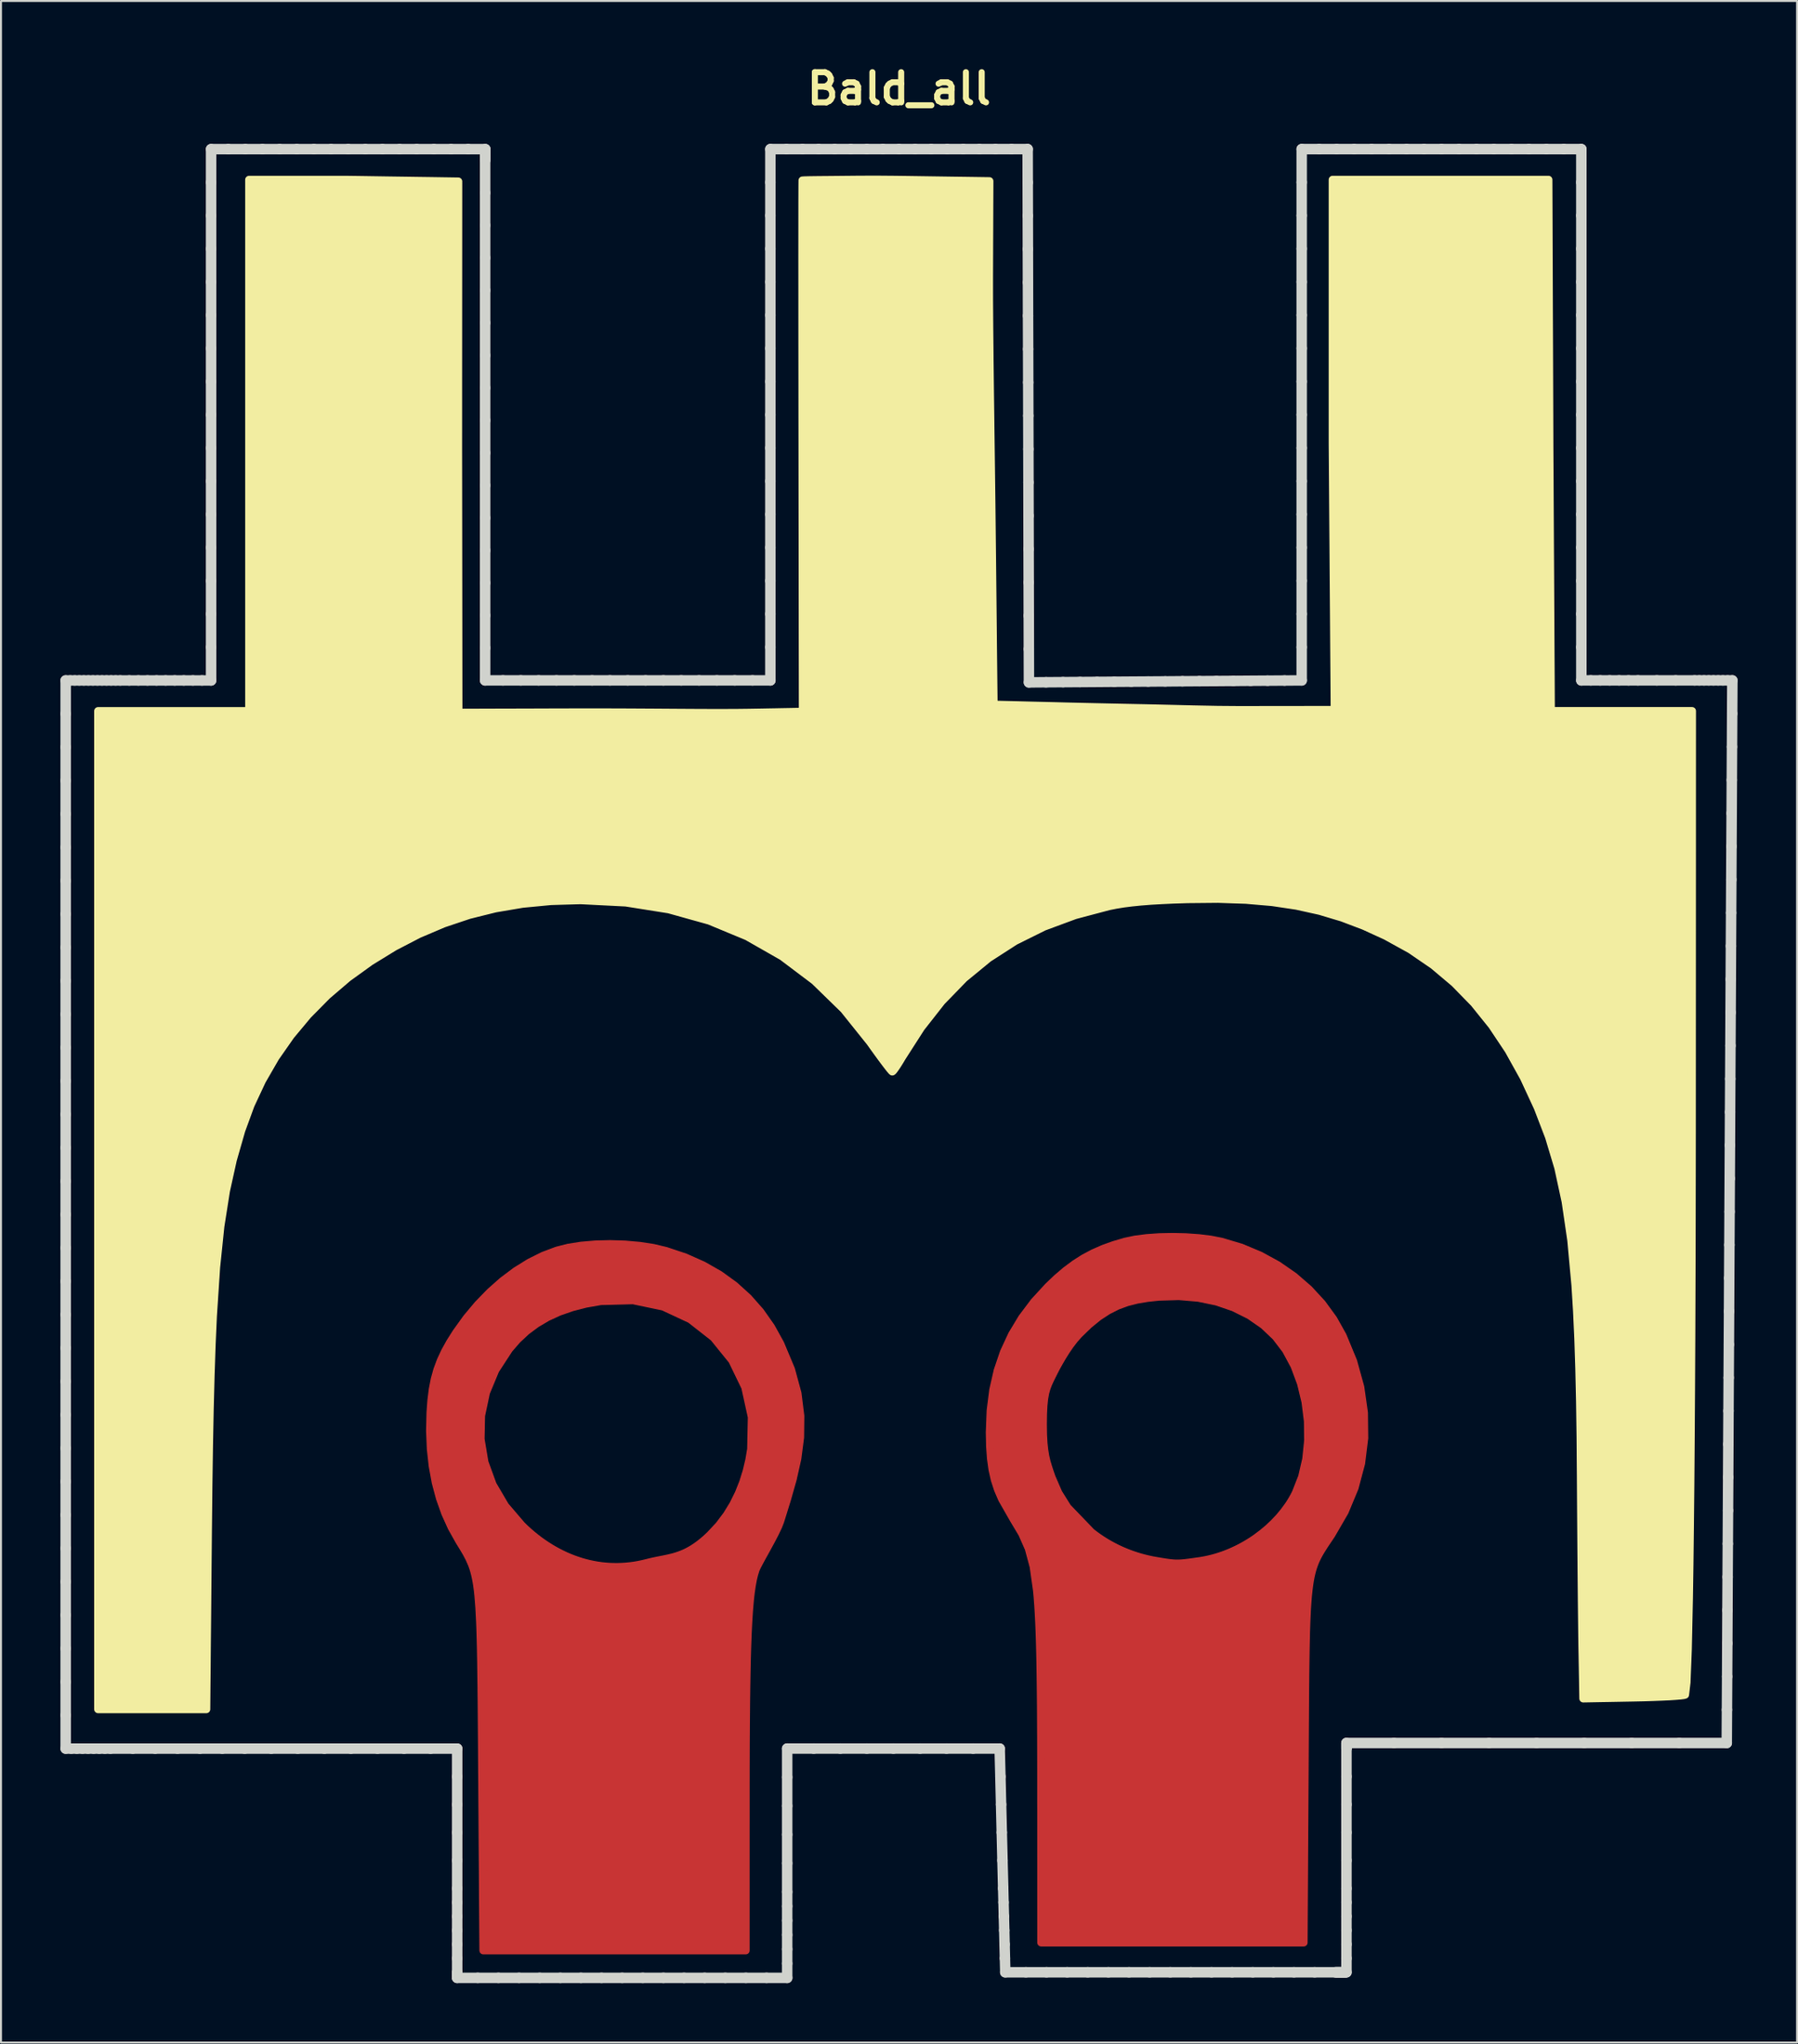
<source format=kicad_pcb>
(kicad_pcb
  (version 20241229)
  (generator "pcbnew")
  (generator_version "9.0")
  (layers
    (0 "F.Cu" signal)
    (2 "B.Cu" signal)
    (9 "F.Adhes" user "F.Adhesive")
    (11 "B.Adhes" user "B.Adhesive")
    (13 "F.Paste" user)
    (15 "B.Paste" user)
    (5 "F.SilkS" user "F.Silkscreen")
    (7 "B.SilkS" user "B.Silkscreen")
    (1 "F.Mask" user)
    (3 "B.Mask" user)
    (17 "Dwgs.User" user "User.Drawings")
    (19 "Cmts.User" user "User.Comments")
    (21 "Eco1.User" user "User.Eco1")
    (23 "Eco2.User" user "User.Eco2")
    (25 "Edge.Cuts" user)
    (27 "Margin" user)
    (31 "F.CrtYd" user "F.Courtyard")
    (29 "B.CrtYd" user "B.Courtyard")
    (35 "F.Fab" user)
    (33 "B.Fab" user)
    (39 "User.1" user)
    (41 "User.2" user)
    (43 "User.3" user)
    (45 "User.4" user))
  (footprint "Bald_all"
    (layer "F.Cu")
    (at 42.315 50.618)
    (property "Reference" "Bald_all" (at 0 -49.191 0) (layer "F.SilkS") (effects (font (size 1.524 1.524) (thickness 0.305))))
    (attr smd)
    (fp_poly (pts (xy -21.038 35.834) (xy -12.738 25.208) (xy -12.63 25.181) (xy -12.523 25.155) (xy -12.419 25.132) (xy -12.317 25.11) (xy -12.216 25.089) (xy -12.117 25.069) (xy -12.019 25.05) (xy -11.922 25.031) (xy -11.826 25.011) (xy -11.732 24.992) (xy -11.638 24.971) (xy -11.544 24.949) (xy -11.451 24.926) (xy -11.358 24.902) (xy -11.265 24.875) (xy -11.172 24.845) (xy -11.079 24.813) (xy -10.985 24.778) (xy -10.891 24.74) (xy -10.795 24.698) (xy -10.699 24.652) (xy -10.602 24.601) (xy -10.503 24.546) (xy -10.403 24.486) (xy -10.301 24.42) (xy -10.197 24.349) (xy -10.092 24.272) (xy -9.984 24.188) (xy -9.874 24.098) (xy -9.761 24.001) (xy -9.646 23.897) (xy -9.528 23.785) (xy -9.078 23.3) (xy -8.69 22.785) (xy -8.362 22.248) (xy -8.088 21.694) (xy -7.865 21.132) (xy -7.69 20.569) (xy -7.557 20.011) (xy -7.465 19.465) (xy -7.431 17.845) (xy -7.762 16.339) (xy -8.416 14.986) (xy -9.351 13.83) (xy -10.524 12.911) (xy -11.894 12.271) (xy -13.418 11.951) (xy -15.053 11.993) (xy -15.807 12.126) (xy -16.505 12.306) (xy -17.152 12.532) (xy -17.749 12.806) (xy -18.297 13.13) (xy -18.8 13.504) (xy -19.258 13.93) (xy -19.674 14.408) (xy -20.369 15.476) (xy -20.839 16.606) (xy -21.086 17.773) (xy -21.111 18.952) (xy -20.916 20.12) (xy -20.504 21.252) (xy -19.875 22.324) (xy -19.032 23.31) (xy -18.861 23.475) (xy -18.687 23.632) (xy -18.511 23.784) (xy -18.332 23.929) (xy -18.151 24.067) (xy -17.967 24.198) (xy -17.782 24.323) (xy -17.594 24.442) (xy -17.405 24.553) (xy -17.214 24.658) (xy -17.021 24.756) (xy -16.826 24.848) (xy -16.63 24.932) (xy -16.433 25.01) (xy -16.234 25.081) (xy -16.033 25.145) (xy -15.832 25.202) (xy -15.63 25.252) (xy -15.426 25.295) (xy -15.222 25.332) (xy -15.017 25.361) (xy -14.811 25.383) (xy -14.605 25.398) (xy -14.398 25.405) (xy -14.191 25.406) (xy -13.984 25.399) (xy -13.776 25.386) (xy -13.568 25.365) (xy -13.361 25.337) (xy -13.153 25.301) (xy -12.946 25.258) (xy -12.738 25.208) (xy -12.738 25.208) (xy -21.038 35.834) (xy -21.041 35.368) (xy -21.044 34.918) (xy -21.047 34.481) (xy -21.05 34.059) (xy -21.053 33.651) (xy -21.056 33.256) (xy -21.059 32.874) (xy -21.062 32.506) (xy -21.065 32.15) (xy -21.069 31.807) (xy -21.072 31.476) (xy -21.076 31.156) (xy -21.08 30.849) (xy -21.084 30.553) (xy -21.088 30.268) (xy -21.093 29.993) (xy -21.098 29.73) (xy -21.103 29.476) (xy -21.109 29.232) (xy -21.115 28.999) (xy -21.122 28.774) (xy -21.128 28.559) (xy -21.136 28.353) (xy -21.144 28.155) (xy -21.181 27.444) (xy -21.229 26.848) (xy -21.243 26.715) (xy -21.257 26.588) (xy -21.273 26.466) (xy -21.289 26.35) (xy -21.306 26.238) (xy -21.324 26.131) (xy -21.343 26.029) (xy -21.362 25.931) (xy -21.383 25.837) (xy -21.405 25.746) (xy -21.428 25.659) (xy -21.452 25.574) (xy -21.476 25.493) (xy -21.502 25.414) (xy -21.53 25.337) (xy -21.558 25.262) (xy -21.683 24.976) (xy -21.829 24.699) (xy -21.998 24.413) (xy -22.191 24.1) (xy -22.575 23.415) (xy -22.901 22.694) (xy -23.17 21.936) (xy -23.381 21.142) (xy -23.534 20.313) (xy -23.629 19.447) (xy -23.666 18.546) (xy -23.645 17.61) (xy -23.6 17) (xy -23.531 16.447) (xy -23.432 15.938) (xy -23.299 15.46) (xy -23.128 14.998) (xy -22.915 14.54) (xy -22.655 14.07) (xy -22.343 13.577) (xy -21.814 12.841) (xy -21.242 12.158) (xy -20.634 11.532) (xy -19.996 10.968) (xy -19.334 10.472) (xy -18.654 10.049) (xy -17.962 9.704) (xy -17.266 9.441) (xy -16.688 9.295) (xy -16.031 9.191) (xy -15.32 9.13) (xy -14.577 9.111) (xy -13.827 9.134) (xy -13.092 9.2) (xy -12.397 9.307) (xy -11.763 9.457) (xy -10.788 9.784) (xy -9.886 10.185) (xy -9.055 10.659) (xy -8.297 11.208) (xy -7.611 11.83) (xy -6.998 12.526) (xy -6.458 13.295) (xy -5.991 14.138) (xy -5.447 15.436) (xy -5.119 16.645) (xy -4.976 17.784) (xy -4.988 18.873) (xy -5.126 19.93) (xy -5.359 20.973) (xy -5.658 22.024) (xy -5.992 23.099) (xy -6.094 23.36) (xy -6.248 23.684) (xy -6.436 24.046) (xy -6.639 24.42) (xy -6.69 24.513) (xy -6.741 24.605) (xy -6.79 24.695) (xy -6.839 24.783) (xy -6.887 24.869) (xy -6.932 24.952) (xy -6.976 25.033) (xy -7.018 25.11) (xy -7.057 25.183) (xy -7.093 25.251) (xy -7.127 25.316) (xy -7.157 25.375) (xy -7.183 25.429) (xy -7.205 25.477) (xy -7.224 25.519) (xy -7.237 25.554) (xy -7.307 25.778) (xy -7.37 26.04) (xy -7.427 26.347) (xy -7.478 26.704) (xy -7.49 26.802) (xy -7.502 26.903) (xy -7.513 27.008) (xy -7.524 27.117) (xy -7.565 27.592) (xy -7.6 28.135) (xy -7.608 28.282) (xy -7.616 28.434) (xy -7.623 28.59) (xy -7.631 28.751) (xy -7.638 28.918) (xy -7.644 29.089) (xy -7.651 29.265) (xy -7.657 29.447) (xy -7.663 29.634) (xy -7.668 29.827) (xy -7.674 30.025) (xy -7.679 30.228) (xy -7.683 30.437) (xy -7.688 30.653) (xy -7.692 30.874) (xy -7.696 31.1) (xy -7.7 31.333) (xy -7.704 31.573) (xy -7.707 31.818) (xy -7.711 32.07) (xy -7.714 32.328) (xy -7.716 32.592) (xy -7.719 32.864) (xy -7.721 33.142) (xy -7.723 33.426) (xy -7.725 33.718) (xy -7.727 34.017) (xy -7.729 34.322) (xy -7.73 34.635) (xy -7.731 34.955) (xy -7.732 35.283) (xy -7.733 35.618) (xy -7.733 35.96) (xy -7.734 36.31) (xy -7.734 36.668) (xy -7.734 37.033) (xy -7.734 37.516) (xy -7.734 37.999) (xy -7.735 38.482) (xy -7.735 38.965) (xy -7.735 39.448) (xy -7.735 39.931) (xy -7.735 40.413) (xy -7.735 40.896) (xy -7.735 41.379) (xy -7.735 41.862) (xy -7.735 42.345) (xy -7.735 42.828) (xy -7.735 43.311) (xy -7.735 43.793) (xy -7.735 44.276) (xy -7.735 44.759) (xy -8.149 44.759) (xy -8.563 44.759) (xy -8.977 44.759) (xy -9.391 44.759) (xy -11.046 44.759) (xy -12.701 44.759) (xy -14.356 44.759) (xy -16.011 44.759) (xy -17.666 44.759) (xy -19.321 44.759) (xy -19.735 44.759) (xy -20.149 44.759) (xy -20.563 44.759) (xy -20.976 44.759) (xy -20.98 44.201) (xy -20.984 43.644) (xy -20.988 43.086) (xy -20.992 42.528) (xy -20.996 41.97) (xy -20.999 41.412) (xy -21.003 40.854) (xy -21.007 40.297) (xy -21.011 39.739) (xy -21.015 39.181) (xy -21.019 38.623) (xy -21.022 38.065) (xy -21.026 37.507) (xy -21.03 36.95) (xy -21.031 36.81) (xy -21.032 36.671) (xy -21.033 36.531) (xy -21.033 36.392) (xy -21.034 36.252) (xy -21.035 36.113) (xy -21.036 35.973) (xy -21.037 35.834) (xy -21.037 35.834) (xy -21.037 35.834) (xy -21.037 35.834) (xy -21.037 35.834) (xy -21.037 35.834) (xy -21.037 35.834) (xy -21.037 35.834) (xy -21.037 35.834) (xy -21.037 35.834) (xy -21.037 35.834) (xy -21.037 35.834) (xy -21.037 35.834) (xy -21.037 35.834) (xy -21.037 35.834) (xy -21.038 35.834)) (stroke (width 0.397) (type solid)) (fill yes) (layer "F.Cu"))
    (fp_poly (pts (xy 7.171 36.916) (xy 15.147 25.113) (xy 15.195 25.106) (xy 15.242 25.098) (xy 15.29 25.09) (xy 15.338 25.082) (xy 15.385 25.073) (xy 15.433 25.064) (xy 15.48 25.055) (xy 15.528 25.045) (xy 15.575 25.035) (xy 15.622 25.024) (xy 15.67 25.013) (xy 15.717 25.002) (xy 15.764 24.99) (xy 15.811 24.978) (xy 15.858 24.965) (xy 15.905 24.953) (xy 15.952 24.939) (xy 15.999 24.926) (xy 16.046 24.912) (xy 16.092 24.897) (xy 16.139 24.883) (xy 16.186 24.868) (xy 16.232 24.852) (xy 16.278 24.836) (xy 16.325 24.82) (xy 16.371 24.804) (xy 16.417 24.787) (xy 16.463 24.77) (xy 16.509 24.752) (xy 16.555 24.734) (xy 16.6 24.716) (xy 16.646 24.698) (xy 16.691 24.679) (xy 16.736 24.66) (xy 16.782 24.64) (xy 16.827 24.62) (xy 16.872 24.6) (xy 16.916 24.579) (xy 16.961 24.558) (xy 17.006 24.537) (xy 17.05 24.516) (xy 17.094 24.494) (xy 17.138 24.472) (xy 17.182 24.449) (xy 17.226 24.427) (xy 17.269 24.404) (xy 17.313 24.38) (xy 17.356 24.357) (xy 17.399 24.333) (xy 17.442 24.308) (xy 17.485 24.284) (xy 17.528 24.259) (xy 17.57 24.234) (xy 17.612 24.208) (xy 17.654 24.183) (xy 17.696 24.157) (xy 17.738 24.13) (xy 17.779 24.104) (xy 17.862 24.05) (xy 17.943 23.995) (xy 18.024 23.939) (xy 18.338 23.703) (xy 18.637 23.452) (xy 18.919 23.186) (xy 19.182 22.907) (xy 19.425 22.614) (xy 19.647 22.311) (xy 19.749 22.155) (xy 19.845 21.996) (xy 19.935 21.836) (xy 20.019 21.673) (xy 20.339 20.857) (xy 20.546 19.963) (xy 20.642 19.018) (xy 20.629 18.049) (xy 20.509 17.081) (xy 20.282 16.142) (xy 19.953 15.258) (xy 19.521 14.455) (xy 19.01 13.785) (xy 18.394 13.201) (xy 17.684 12.709) (xy 16.891 12.313) (xy 16.026 12.016) (xy 15.099 11.824) (xy 14.12 11.741) (xy 13.101 11.772) (xy 12.538 11.833) (xy 12.011 11.921) (xy 11.51 12.049) (xy 11.025 12.227) (xy 10.549 12.467) (xy 10.071 12.779) (xy 9.583 13.175) (xy 9.075 13.667) (xy 8.848 13.924) (xy 8.631 14.207) (xy 8.429 14.502) (xy 8.244 14.798) (xy 8.078 15.082) (xy 7.935 15.341) (xy 7.819 15.564) (xy 7.732 15.738) (xy 7.623 15.961) (xy 7.527 16.17) (xy 7.447 16.383) (xy 7.381 16.622) (xy 7.329 16.906) (xy 7.292 17.254) (xy 7.27 17.686) (xy 7.263 18.223) (xy 7.271 18.726) (xy 7.294 19.15) (xy 7.333 19.508) (xy 7.384 19.818) (xy 7.448 20.095) (xy 7.524 20.354) (xy 7.609 20.613) (xy 7.704 20.886) (xy 8.045 21.671) (xy 8.499 22.399) (xy 9.702 23.651) (xy 9.789 23.719) (xy 9.877 23.786) (xy 9.966 23.851) (xy 10.057 23.915) (xy 10.148 23.978) (xy 10.241 24.039) (xy 10.335 24.099) (xy 10.383 24.129) (xy 10.43 24.158) (xy 10.479 24.187) (xy 10.527 24.215) (xy 10.575 24.243) (xy 10.624 24.271) (xy 10.673 24.298) (xy 10.723 24.325) (xy 10.772 24.352) (xy 10.822 24.378) (xy 10.872 24.404) (xy 10.923 24.43) (xy 10.973 24.455) (xy 11.024 24.48) (xy 11.075 24.504) (xy 11.127 24.528) (xy 11.178 24.552) (xy 11.23 24.575) (xy 11.282 24.598) (xy 11.335 24.62) (xy 11.387 24.642) (xy 11.44 24.664) (xy 11.493 24.685) (xy 11.547 24.706) (xy 11.6 24.727) (xy 11.654 24.747) (xy 11.708 24.767) (xy 11.762 24.786) (xy 11.816 24.805) (xy 11.871 24.823) (xy 11.925 24.841) (xy 11.98 24.859) (xy 12.036 24.876) (xy 12.091 24.893) (xy 12.147 24.91) (xy 12.202 24.926) (xy 12.258 24.941) (xy 12.314 24.957) (xy 12.371 24.971) (xy 12.427 24.986) (xy 12.484 25) (xy 12.541 25.013) (xy 12.598 25.026) (xy 12.655 25.039) (xy 12.713 25.051) (xy 12.77 25.063) (xy 12.828 25.074) (xy 12.886 25.085) (xy 12.944 25.095) (xy 13.002 25.105) (xy 13.025 25.109) (xy 13.049 25.113) (xy 13.071 25.117) (xy 13.094 25.12) (xy 13.116 25.124) (xy 13.137 25.128) (xy 13.159 25.131) (xy 13.18 25.135) (xy 13.201 25.138) (xy 13.221 25.141) (xy 13.241 25.145) (xy 13.261 25.148) (xy 13.281 25.151) (xy 13.3 25.154) (xy 13.319 25.157) (xy 13.338 25.16) (xy 13.356 25.163) (xy 13.374 25.166) (xy 13.392 25.169) (xy 13.41 25.172) (xy 13.427 25.174) (xy 13.445 25.177) (xy 13.462 25.18) (xy 13.478 25.182) (xy 13.495 25.185) (xy 13.511 25.187) (xy 13.528 25.189) (xy 13.543 25.191) (xy 13.559 25.194) (xy 13.575 25.196) (xy 13.59 25.198) (xy 13.605 25.2) (xy 13.62 25.202) (xy 13.635 25.204) (xy 13.65 25.206) (xy 13.664 25.207) (xy 13.679 25.209) (xy 13.693 25.211) (xy 13.707 25.213) (xy 13.721 25.214) (xy 13.735 25.215) (xy 13.749 25.217) (xy 13.763 25.218) (xy 13.776 25.219) (xy 13.79 25.22) (xy 13.803 25.222) (xy 13.816 25.223) (xy 13.829 25.224) (xy 13.842 25.225) (xy 13.856 25.226) (xy 13.868 25.227) (xy 13.881 25.228) (xy 13.894 25.228) (xy 13.907 25.229) (xy 13.92 25.23) (xy 13.933 25.23) (xy 13.945 25.231) (xy 13.958 25.231) (xy 13.971 25.231) (xy 13.983 25.231) (xy 13.996 25.232) (xy 14.009 25.232) (xy 14.021 25.232) (xy 14.034 25.232) (xy 14.047 25.232) (xy 14.06 25.232) (xy 14.072 25.232) (xy 14.085 25.232) (xy 14.098 25.232) (xy 14.111 25.231) (xy 14.124 25.231) (xy 14.137 25.23) (xy 14.15 25.23) (xy 14.163 25.229) (xy 14.176 25.229) (xy 14.19 25.228) (xy 14.203 25.228) (xy 14.217 25.227) (xy 14.23 25.226) (xy 14.244 25.225) (xy 14.258 25.224) (xy 14.272 25.223) (xy 14.286 25.222) (xy 14.3 25.221) (xy 14.314 25.219) (xy 14.329 25.218) (xy 14.343 25.217) (xy 14.358 25.215) (xy 14.373 25.214) (xy 14.388 25.212) (xy 14.404 25.211) (xy 14.419 25.209) (xy 14.435 25.208) (xy 14.451 25.206) (xy 14.467 25.204) (xy 14.483 25.202) (xy 14.499 25.2) (xy 14.516 25.198) (xy 14.533 25.196) (xy 14.55 25.194) (xy 14.568 25.192) (xy 14.585 25.19) (xy 14.603 25.188) (xy 14.621 25.186) (xy 14.64 25.183) (xy 14.658 25.181) (xy 14.677 25.178) (xy 14.696 25.176) (xy 14.716 25.173) (xy 14.736 25.171) (xy 14.756 25.168) (xy 14.776 25.165) (xy 14.797 25.162) (xy 14.818 25.159) (xy 14.839 25.156) (xy 14.86 25.153) (xy 14.882 25.15) (xy 14.905 25.147) (xy 14.927 25.144) (xy 14.95 25.14) (xy 14.973 25.137) (xy 14.997 25.134) (xy 15.021 25.13) (xy 15.046 25.127) (xy 15.07 25.123) (xy 15.095 25.12) (xy 15.121 25.116) (xy 15.147 25.112) (xy 15.147 25.112) (xy 15.147 25.112) (xy 15.147 25.112) (xy 15.147 25.112) (xy 15.147 25.112) (xy 15.147 25.112) (xy 15.147 25.112) (xy 15.147 25.113) (xy 7.171 36.916) (xy 7.171 35.915) (xy 7.169 34.97) (xy 7.167 34.081) (xy 7.163 33.244) (xy 7.159 32.458) (xy 7.152 31.721) (xy 7.144 31.031) (xy 7.134 30.385) (xy 7.122 29.783) (xy 7.108 29.22) (xy 7.091 28.697) (xy 7.071 28.21) (xy 7.048 27.758) (xy 7.022 27.338) (xy 6.993 26.948) (xy 6.96 26.587) (xy 6.789 25.386) (xy 6.544 24.476) (xy 6.213 23.726) (xy 5.783 23.006) (xy 5.201 21.987) (xy 4.991 21.5) (xy 4.83 21.005) (xy 4.713 20.485) (xy 4.635 19.924) (xy 4.591 19.303) (xy 4.577 18.607) (xy 4.62 17.512) (xy 4.752 16.476) (xy 4.976 15.494) (xy 5.292 14.563) (xy 5.703 13.678) (xy 6.21 12.836) (xy 6.815 12.032) (xy 7.519 11.263) (xy 7.975 10.829) (xy 8.422 10.448) (xy 8.868 10.116) (xy 9.324 9.826) (xy 9.798 9.573) (xy 10.299 9.353) (xy 10.836 9.159) (xy 11.418 8.988) (xy 11.917 8.883) (xy 12.497 8.808) (xy 13.134 8.763) (xy 13.801 8.749) (xy 14.474 8.765) (xy 15.128 8.811) (xy 15.737 8.887) (xy 16.276 8.993) (xy 17.276 9.293) (xy 18.224 9.69) (xy 19.113 10.176) (xy 19.935 10.746) (xy 20.682 11.394) (xy 21.345 12.113) (xy 21.916 12.896) (xy 22.388 13.739) (xy 22.92 15.028) (xy 23.279 16.326) (xy 23.465 17.623) (xy 23.479 18.909) (xy 23.321 20.177) (xy 22.992 21.417) (xy 22.492 22.619) (xy 21.822 23.775) (xy 21.7 23.957) (xy 21.642 24.043) (xy 21.586 24.126) (xy 21.532 24.207) (xy 21.48 24.285) (xy 21.43 24.362) (xy 21.382 24.438) (xy 21.335 24.512) (xy 21.29 24.585) (xy 21.247 24.658) (xy 21.205 24.73) (xy 21.165 24.803) (xy 21.127 24.875) (xy 21.09 24.949) (xy 21.054 25.023) (xy 21.02 25.098) (xy 20.988 25.175) (xy 20.957 25.254) (xy 20.928 25.334) (xy 20.899 25.418) (xy 20.872 25.503) (xy 20.847 25.592) (xy 20.822 25.684) (xy 20.799 25.78) (xy 20.777 25.879) (xy 20.756 25.983) (xy 20.736 26.091) (xy 20.7 26.323) (xy 20.668 26.575) (xy 20.639 26.852) (xy 20.614 27.155) (xy 20.592 27.487) (xy 20.573 27.85) (xy 20.557 28.246) (xy 20.543 28.678) (xy 20.531 29.149) (xy 20.521 29.66) (xy 20.513 30.215) (xy 20.505 30.815) (xy 20.499 31.463) (xy 20.493 32.161) (xy 20.488 32.912) (xy 20.483 33.718) (xy 20.478 34.582) (xy 20.473 35.505) (xy 20.466 36.612) (xy 20.46 37.719) (xy 20.453 38.826) (xy 20.446 39.933) (xy 20.44 41.04) (xy 20.433 42.146) (xy 20.426 43.253) (xy 20.42 44.36) (xy 19.592 44.36) (xy 18.764 44.36) (xy 17.936 44.36) (xy 17.108 44.36) (xy 16.28 44.36) (xy 15.453 44.36) (xy 14.625 44.36) (xy 13.797 44.36) (xy 12.969 44.36) (xy 12.141 44.36) (xy 11.313 44.36) (xy 10.485 44.36) (xy 9.658 44.36) (xy 8.83 44.36) (xy 8.002 44.36) (xy 7.174 44.36) (xy 7.174 43.43) (xy 7.173 42.499) (xy 7.173 42.267) (xy 7.173 42.034) (xy 7.173 41.801) (xy 7.173 41.569) (xy 7.173 41.336) (xy 7.173 41.103) (xy 7.173 40.871) (xy 7.173 40.638) (xy 7.173 40.406) (xy 7.173 40.173) (xy 7.172 39.94) (xy 7.172 39.708) (xy 7.172 39.475) (xy 7.172 39.243) (xy 7.172 39.01) (xy 7.172 38.777) (xy 7.172 38.545) (xy 7.172 38.312) (xy 7.172 38.08) (xy 7.172 37.847) (xy 7.172 37.614) (xy 7.171 37.382) (xy 7.171 37.149) (xy 7.171 36.916)) (stroke (width 0.397) (type solid)) (fill yes) (layer "F.Cu"))
    (fp_poly (pts (xy -21.038 35.834) (xy -12.738 25.208) (xy -12.63 25.181) (xy -12.523 25.155) (xy -12.419 25.132) (xy -12.317 25.11) (xy -12.216 25.089) (xy -12.117 25.069) (xy -12.019 25.05) (xy -11.922 25.031) (xy -11.826 25.011) (xy -11.732 24.992) (xy -11.638 24.971) (xy -11.544 24.949) (xy -11.451 24.926) (xy -11.358 24.902) (xy -11.265 24.875) (xy -11.172 24.845) (xy -11.079 24.813) (xy -10.985 24.778) (xy -10.891 24.74) (xy -10.795 24.698) (xy -10.699 24.652) (xy -10.602 24.601) (xy -10.503 24.546) (xy -10.403 24.486) (xy -10.301 24.42) (xy -10.197 24.349) (xy -10.092 24.272) (xy -9.984 24.188) (xy -9.874 24.098) (xy -9.761 24.001) (xy -9.646 23.897) (xy -9.528 23.785) (xy -9.078 23.3) (xy -8.69 22.785) (xy -8.362 22.248) (xy -8.088 21.694) (xy -7.865 21.132) (xy -7.69 20.569) (xy -7.557 20.011) (xy -7.465 19.465) (xy -7.431 17.845) (xy -7.762 16.339) (xy -8.416 14.986) (xy -9.351 13.83) (xy -10.524 12.911) (xy -11.894 12.271) (xy -13.418 11.951) (xy -15.053 11.993) (xy -15.807 12.126) (xy -16.505 12.306) (xy -17.152 12.532) (xy -17.749 12.806) (xy -18.297 13.13) (xy -18.8 13.504) (xy -19.258 13.93) (xy -19.674 14.408) (xy -20.369 15.476) (xy -20.839 16.606) (xy -21.086 17.773) (xy -21.111 18.952) (xy -20.916 20.12) (xy -20.504 21.252) (xy -19.875 22.324) (xy -19.032 23.31) (xy -18.861 23.475) (xy -18.687 23.633) (xy -18.511 23.784) (xy -18.332 23.929) (xy -18.151 24.067) (xy -17.967 24.198) (xy -17.782 24.323) (xy -17.594 24.442) (xy -17.405 24.553) (xy -17.214 24.658) (xy -17.021 24.756) (xy -16.826 24.848) (xy -16.63 24.932) (xy -16.433 25.01) (xy -16.234 25.081) (xy -16.033 25.145) (xy -15.832 25.202) (xy -15.63 25.252) (xy -15.426 25.295) (xy -15.222 25.332) (xy -15.017 25.361) (xy -14.811 25.383) (xy -14.605 25.398) (xy -14.398 25.405) (xy -14.191 25.406) (xy -13.984 25.399) (xy -13.776 25.386) (xy -13.568 25.365) (xy -13.361 25.337) (xy -13.153 25.301) (xy -12.946 25.258) (xy -12.738 25.208) (xy -12.738 25.208) (xy -21.038 35.834) (xy -21.041 35.368) (xy -21.044 34.918) (xy -21.047 34.481) (xy -21.05 34.059) (xy -21.053 33.651) (xy -21.056 33.256) (xy -21.059 32.874) (xy -21.062 32.506) (xy -21.065 32.15) (xy -21.069 31.807) (xy -21.072 31.476) (xy -21.076 31.156) (xy -21.08 30.849) (xy -21.084 30.553) (xy -21.088 30.268) (xy -21.093 29.993) (xy -21.098 29.73) (xy -21.103 29.476) (xy -21.109 29.232) (xy -21.115 28.999) (xy -21.122 28.774) (xy -21.128 28.559) (xy -21.136 28.353) (xy -21.144 28.155) (xy -21.181 27.444) (xy -21.229 26.848) (xy -21.243 26.715) (xy -21.257 26.588) (xy -21.273 26.466) (xy -21.289 26.35) (xy -21.306 26.238) (xy -21.324 26.131) (xy -21.343 26.029) (xy -21.362 25.931) (xy -21.383 25.837) (xy -21.405 25.746) (xy -21.428 25.659) (xy -21.452 25.574) (xy -21.476 25.493) (xy -21.502 25.414) (xy -21.53 25.337) (xy -21.558 25.262) (xy -21.683 24.976) (xy -21.829 24.699) (xy -21.998 24.413) (xy -22.191 24.1) (xy -22.575 23.415) (xy -22.901 22.694) (xy -23.17 21.936) (xy -23.381 21.142) (xy -23.534 20.313) (xy -23.629 19.447) (xy -23.666 18.546) (xy -23.645 17.61) (xy -23.6 17) (xy -23.531 16.447) (xy -23.432 15.938) (xy -23.299 15.46) (xy -23.128 14.998) (xy -22.915 14.54) (xy -22.655 14.07) (xy -22.343 13.577) (xy -21.814 12.841) (xy -21.242 12.158) (xy -20.634 11.532) (xy -19.996 10.968) (xy -19.334 10.472) (xy -18.654 10.049) (xy -17.962 9.704) (xy -17.266 9.441) (xy -16.688 9.295) (xy -16.031 9.191) (xy -15.32 9.13) (xy -14.577 9.111) (xy -13.827 9.134) (xy -13.092 9.2) (xy -12.397 9.307) (xy -11.763 9.457) (xy -10.788 9.784) (xy -9.886 10.185) (xy -9.055 10.659) (xy -8.297 11.208) (xy -7.611 11.83) (xy -6.998 12.526) (xy -6.458 13.295) (xy -5.991 14.138) (xy -5.447 15.436) (xy -5.119 16.645) (xy -4.976 17.784) (xy -4.988 18.873) (xy -5.126 19.93) (xy -5.359 20.973) (xy -5.658 22.024) (xy -5.992 23.099) (xy -6.094 23.36) (xy -6.248 23.684) (xy -6.436 24.046) (xy -6.639 24.42) (xy -6.69 24.513) (xy -6.741 24.605) (xy -6.79 24.695) (xy -6.839 24.783) (xy -6.887 24.869) (xy -6.932 24.952) (xy -6.976 25.033) (xy -7.018 25.11) (xy -7.057 25.183) (xy -7.093 25.251) (xy -7.127 25.316) (xy -7.157 25.375) (xy -7.183 25.429) (xy -7.205 25.477) (xy -7.224 25.519) (xy -7.237 25.554) (xy -7.307 25.778) (xy -7.37 26.04) (xy -7.427 26.347) (xy -7.478 26.704) (xy -7.49 26.802) (xy -7.502 26.903) (xy -7.513 27.008) (xy -7.524 27.117) (xy -7.565 27.592) (xy -7.6 28.135) (xy -7.608 28.282) (xy -7.616 28.434) (xy -7.623 28.59) (xy -7.631 28.751) (xy -7.638 28.918) (xy -7.644 29.089) (xy -7.651 29.265) (xy -7.657 29.447) (xy -7.663 29.634) (xy -7.668 29.827) (xy -7.674 30.025) (xy -7.679 30.228) (xy -7.683 30.437) (xy -7.688 30.653) (xy -7.692 30.874) (xy -7.696 31.1) (xy -7.7 31.333) (xy -7.704 31.573) (xy -7.707 31.818) (xy -7.711 32.07) (xy -7.714 32.328) (xy -7.716 32.592) (xy -7.719 32.864) (xy -7.721 33.142) (xy -7.723 33.426) (xy -7.725 33.718) (xy -7.727 34.017) (xy -7.729 34.322) (xy -7.73 34.635) (xy -7.731 34.955) (xy -7.732 35.283) (xy -7.733 35.618) (xy -7.733 35.96) (xy -7.734 36.31) (xy -7.734 36.668) (xy -7.734 37.033) (xy -7.734 37.516) (xy -7.734 37.999) (xy -7.735 38.482) (xy -7.735 38.965) (xy -7.735 39.448) (xy -7.735 39.931) (xy -7.735 40.413) (xy -7.735 40.896) (xy -7.735 41.379) (xy -7.735 41.862) (xy -7.735 42.345) (xy -7.735 42.828) (xy -7.735 43.311) (xy -7.735 43.793) (xy -7.735 44.276) (xy -7.735 44.759) (xy -8.149 44.759) (xy -8.563 44.759) (xy -8.977 44.759) (xy -9.391 44.759) (xy -11.046 44.759) (xy -12.701 44.759) (xy -14.356 44.759) (xy -16.011 44.759) (xy -17.666 44.759) (xy -19.321 44.759) (xy -19.735 44.759) (xy -20.149 44.759) (xy -20.563 44.759) (xy -20.976 44.759) (xy -20.98 44.201) (xy -20.984 43.644) (xy -20.988 43.086) (xy -20.992 42.528) (xy -20.996 41.97) (xy -20.999 41.412) (xy -21.003 40.854) (xy -21.007 40.297) (xy -21.011 39.739) (xy -21.015 39.181) (xy -21.019 38.623) (xy -21.022 38.065) (xy -21.026 37.507) (xy -21.03 36.95) (xy -21.031 36.81) (xy -21.032 36.671) (xy -21.033 36.531) (xy -21.033 36.392) (xy -21.034 36.252) (xy -21.035 36.113) (xy -21.036 35.973) (xy -21.037 35.834) (xy -21.037 35.834) (xy -21.037 35.834) (xy -21.037 35.834) (xy -21.037 35.834) (xy -21.037 35.834) (xy -21.037 35.834) (xy -21.037 35.834) (xy -21.037 35.834) (xy -21.037 35.834) (xy -21.037 35.834) (xy -21.037 35.834) (xy -21.037 35.834) (xy -21.037 35.834) (xy -21.037 35.834) (xy -21.038 35.834)) (stroke (width 0.397) (type solid)) (fill yes) (layer "F.Mask"))
    (fp_poly (pts (xy 7.171 36.916) (xy 15.147 25.113) (xy 15.195 25.106) (xy 15.242 25.098) (xy 15.29 25.09) (xy 15.338 25.082) (xy 15.385 25.073) (xy 15.433 25.064) (xy 15.48 25.055) (xy 15.528 25.045) (xy 15.575 25.035) (xy 15.622 25.024) (xy 15.67 25.013) (xy 15.717 25.002) (xy 15.764 24.99) (xy 15.811 24.978) (xy 15.858 24.965) (xy 15.905 24.953) (xy 15.952 24.939) (xy 15.999 24.926) (xy 16.046 24.912) (xy 16.092 24.897) (xy 16.139 24.883) (xy 16.186 24.868) (xy 16.232 24.852) (xy 16.278 24.836) (xy 16.325 24.82) (xy 16.371 24.804) (xy 16.417 24.787) (xy 16.463 24.77) (xy 16.509 24.752) (xy 16.555 24.734) (xy 16.6 24.716) (xy 16.646 24.698) (xy 16.691 24.679) (xy 16.736 24.66) (xy 16.782 24.64) (xy 16.827 24.62) (xy 16.872 24.6) (xy 16.916 24.579) (xy 16.961 24.558) (xy 17.006 24.537) (xy 17.05 24.516) (xy 17.094 24.494) (xy 17.138 24.472) (xy 17.182 24.449) (xy 17.226 24.427) (xy 17.269 24.404) (xy 17.313 24.38) (xy 17.356 24.357) (xy 17.399 24.333) (xy 17.442 24.308) (xy 17.485 24.284) (xy 17.528 24.259) (xy 17.57 24.234) (xy 17.612 24.208) (xy 17.654 24.183) (xy 17.696 24.157) (xy 17.738 24.13) (xy 17.779 24.104) (xy 17.862 24.05) (xy 17.943 23.995) (xy 18.024 23.939) (xy 18.338 23.703) (xy 18.637 23.452) (xy 18.919 23.186) (xy 19.182 22.907) (xy 19.425 22.614) (xy 19.647 22.311) (xy 19.749 22.155) (xy 19.845 21.996) (xy 19.935 21.836) (xy 20.019 21.673) (xy 20.339 20.857) (xy 20.546 19.963) (xy 20.642 19.018) (xy 20.629 18.049) (xy 20.509 17.081) (xy 20.282 16.142) (xy 19.953 15.258) (xy 19.521 14.455) (xy 19.01 13.785) (xy 18.394 13.201) (xy 17.684 12.709) (xy 16.891 12.313) (xy 16.026 12.016) (xy 15.099 11.824) (xy 14.12 11.741) (xy 13.101 11.772) (xy 12.538 11.833) (xy 12.011 11.921) (xy 11.51 12.049) (xy 11.025 12.227) (xy 10.549 12.467) (xy 10.071 12.779) (xy 9.583 13.175) (xy 9.075 13.667) (xy 8.848 13.924) (xy 8.631 14.207) (xy 8.429 14.502) (xy 8.244 14.798) (xy 8.078 15.082) (xy 7.935 15.341) (xy 7.819 15.564) (xy 7.732 15.738) (xy 7.623 15.961) (xy 7.527 16.17) (xy 7.447 16.383) (xy 7.381 16.622) (xy 7.329 16.906) (xy 7.292 17.254) (xy 7.27 17.686) (xy 7.263 18.223) (xy 7.271 18.726) (xy 7.294 19.15) (xy 7.333 19.508) (xy 7.384 19.818) (xy 7.448 20.095) (xy 7.524 20.354) (xy 7.609 20.613) (xy 7.704 20.886) (xy 8.045 21.671) (xy 8.499 22.399) (xy 9.702 23.651) (xy 9.789 23.719) (xy 9.877 23.786) (xy 9.966 23.851) (xy 10.057 23.915) (xy 10.148 23.978) (xy 10.241 24.039) (xy 10.335 24.099) (xy 10.383 24.129) (xy 10.43 24.158) (xy 10.479 24.187) (xy 10.527 24.215) (xy 10.575 24.243) (xy 10.624 24.271) (xy 10.673 24.298) (xy 10.723 24.325) (xy 10.772 24.352) (xy 10.822 24.378) (xy 10.872 24.404) (xy 10.923 24.43) (xy 10.973 24.455) (xy 11.024 24.48) (xy 11.075 24.504) (xy 11.127 24.528) (xy 11.178 24.552) (xy 11.23 24.575) (xy 11.282 24.598) (xy 11.335 24.62) (xy 11.387 24.642) (xy 11.44 24.664) (xy 11.493 24.685) (xy 11.547 24.706) (xy 11.6 24.727) (xy 11.654 24.747) (xy 11.708 24.767) (xy 11.762 24.786) (xy 11.816 24.805) (xy 11.871 24.823) (xy 11.925 24.841) (xy 11.98 24.859) (xy 12.036 24.876) (xy 12.091 24.893) (xy 12.147 24.91) (xy 12.202 24.926) (xy 12.258 24.941) (xy 12.314 24.957) (xy 12.371 24.971) (xy 12.427 24.986) (xy 12.484 25) (xy 12.541 25.013) (xy 12.598 25.026) (xy 12.655 25.039) (xy 12.713 25.051) (xy 12.77 25.063) (xy 12.828 25.074) (xy 12.886 25.085) (xy 12.944 25.095) (xy 13.002 25.105) (xy 13.025 25.109) (xy 13.049 25.113) (xy 13.071 25.117) (xy 13.094 25.12) (xy 13.116 25.124) (xy 13.137 25.128) (xy 13.159 25.131) (xy 13.18 25.135) (xy 13.201 25.138) (xy 13.221 25.141) (xy 13.241 25.145) (xy 13.261 25.148) (xy 13.281 25.151) (xy 13.3 25.154) (xy 13.319 25.157) (xy 13.338 25.16) (xy 13.356 25.163) (xy 13.374 25.166) (xy 13.392 25.169) (xy 13.41 25.172) (xy 13.427 25.174) (xy 13.445 25.177) (xy 13.462 25.18) (xy 13.478 25.182) (xy 13.495 25.185) (xy 13.511 25.187) (xy 13.528 25.189) (xy 13.543 25.191) (xy 13.559 25.194) (xy 13.575 25.196) (xy 13.59 25.198) (xy 13.605 25.2) (xy 13.62 25.202) (xy 13.635 25.204) (xy 13.65 25.206) (xy 13.664 25.207) (xy 13.679 25.209) (xy 13.693 25.211) (xy 13.707 25.213) (xy 13.721 25.214) (xy 13.735 25.215) (xy 13.749 25.217) (xy 13.763 25.218) (xy 13.776 25.219) (xy 13.79 25.22) (xy 13.803 25.222) (xy 13.816 25.223) (xy 13.829 25.224) (xy 13.842 25.225) (xy 13.856 25.226) (xy 13.868 25.227) (xy 13.881 25.228) (xy 13.894 25.228) (xy 13.907 25.229) (xy 13.92 25.23) (xy 13.933 25.23) (xy 13.945 25.231) (xy 13.958 25.231) (xy 13.971 25.231) (xy 13.983 25.231) (xy 13.996 25.232) (xy 14.009 25.232) (xy 14.021 25.232) (xy 14.034 25.232) (xy 14.047 25.232) (xy 14.06 25.232) (xy 14.072 25.232) (xy 14.085 25.232) (xy 14.098 25.232) (xy 14.111 25.231) (xy 14.124 25.231) (xy 14.137 25.23) (xy 14.15 25.23) (xy 14.163 25.229) (xy 14.176 25.229) (xy 14.19 25.228) (xy 14.203 25.228) (xy 14.217 25.227) (xy 14.23 25.226) (xy 14.244 25.225) (xy 14.258 25.224) (xy 14.272 25.223) (xy 14.286 25.222) (xy 14.3 25.221) (xy 14.314 25.219) (xy 14.329 25.218) (xy 14.343 25.217) (xy 14.358 25.215) (xy 14.373 25.214) (xy 14.388 25.212) (xy 14.404 25.211) (xy 14.419 25.209) (xy 14.435 25.208) (xy 14.451 25.206) (xy 14.467 25.204) (xy 14.483 25.202) (xy 14.499 25.2) (xy 14.516 25.198) (xy 14.533 25.196) (xy 14.55 25.194) (xy 14.568 25.192) (xy 14.585 25.19) (xy 14.603 25.188) (xy 14.621 25.186) (xy 14.64 25.183) (xy 14.658 25.181) (xy 14.677 25.178) (xy 14.696 25.176) (xy 14.716 25.173) (xy 14.736 25.171) (xy 14.756 25.168) (xy 14.776 25.165) (xy 14.797 25.162) (xy 14.818 25.159) (xy 14.839 25.156) (xy 14.86 25.153) (xy 14.882 25.15) (xy 14.905 25.147) (xy 14.927 25.144) (xy 14.95 25.14) (xy 14.973 25.137) (xy 14.997 25.134) (xy 15.021 25.13) (xy 15.046 25.127) (xy 15.07 25.123) (xy 15.095 25.12) (xy 15.121 25.116) (xy 15.147 25.112) (xy 15.147 25.112) (xy 15.147 25.112) (xy 15.147 25.112) (xy 15.147 25.112) (xy 15.147 25.112) (xy 15.147 25.112) (xy 15.147 25.112) (xy 15.147 25.113) (xy 7.171 36.916) (xy 7.171 35.915) (xy 7.169 34.97) (xy 7.167 34.081) (xy 7.163 33.244) (xy 7.159 32.458) (xy 7.152 31.721) (xy 7.144 31.031) (xy 7.134 30.385) (xy 7.122 29.783) (xy 7.108 29.22) (xy 7.091 28.697) (xy 7.071 28.21) (xy 7.048 27.758) (xy 7.022 27.338) (xy 6.993 26.948) (xy 6.96 26.587) (xy 6.789 25.386) (xy 6.544 24.476) (xy 6.213 23.726) (xy 5.783 23.006) (xy 5.201 21.987) (xy 4.991 21.5) (xy 4.83 21.005) (xy 4.713 20.485) (xy 4.635 19.924) (xy 4.591 19.303) (xy 4.577 18.607) (xy 4.62 17.512) (xy 4.752 16.476) (xy 4.976 15.494) (xy 5.292 14.563) (xy 5.703 13.678) (xy 6.21 12.836) (xy 6.815 12.032) (xy 7.519 11.263) (xy 7.975 10.829) (xy 8.422 10.448) (xy 8.868 10.116) (xy 9.324 9.826) (xy 9.798 9.573) (xy 10.299 9.353) (xy 10.836 9.159) (xy 11.418 8.988) (xy 11.917 8.883) (xy 12.497 8.808) (xy 13.134 8.763) (xy 13.801 8.749) (xy 14.474 8.765) (xy 15.128 8.811) (xy 15.737 8.887) (xy 16.276 8.993) (xy 17.276 9.293) (xy 18.224 9.69) (xy 19.113 10.176) (xy 19.935 10.746) (xy 20.682 11.394) (xy 21.345 12.113) (xy 21.916 12.896) (xy 22.388 13.739) (xy 22.92 15.028) (xy 23.279 16.326) (xy 23.465 17.623) (xy 23.479 18.909) (xy 23.321 20.177) (xy 22.992 21.417) (xy 22.492 22.619) (xy 21.822 23.775) (xy 21.7 23.957) (xy 21.642 24.043) (xy 21.586 24.126) (xy 21.532 24.207) (xy 21.48 24.285) (xy 21.43 24.362) (xy 21.382 24.438) (xy 21.335 24.512) (xy 21.29 24.585) (xy 21.247 24.658) (xy 21.205 24.73) (xy 21.165 24.803) (xy 21.127 24.875) (xy 21.09 24.949) (xy 21.054 25.023) (xy 21.02 25.098) (xy 20.988 25.175) (xy 20.957 25.254) (xy 20.928 25.334) (xy 20.899 25.418) (xy 20.872 25.503) (xy 20.847 25.592) (xy 20.822 25.684) (xy 20.799 25.78) (xy 20.777 25.879) (xy 20.756 25.983) (xy 20.736 26.091) (xy 20.7 26.323) (xy 20.668 26.575) (xy 20.639 26.852) (xy 20.614 27.155) (xy 20.592 27.487) (xy 20.573 27.85) (xy 20.557 28.246) (xy 20.543 28.678) (xy 20.531 29.149) (xy 20.521 29.66) (xy 20.513 30.215) (xy 20.505 30.815) (xy 20.499 31.463) (xy 20.493 32.161) (xy 20.488 32.912) (xy 20.483 33.718) (xy 20.478 34.582) (xy 20.473 35.505) (xy 20.466 36.612) (xy 20.46 37.719) (xy 20.453 38.826) (xy 20.446 39.933) (xy 20.44 41.04) (xy 20.433 42.146) (xy 20.426 43.253) (xy 20.42 44.36) (xy 19.592 44.36) (xy 18.764 44.36) (xy 17.936 44.36) (xy 17.108 44.36) (xy 16.28 44.36) (xy 15.453 44.36) (xy 14.625 44.36) (xy 13.797 44.36) (xy 12.969 44.36) (xy 12.141 44.36) (xy 11.313 44.36) (xy 10.485 44.36) (xy 9.658 44.36) (xy 8.83 44.36) (xy 8.002 44.36) (xy 7.174 44.36) (xy 7.174 43.43) (xy 7.173 42.499) (xy 7.173 42.267) (xy 7.173 42.034) (xy 7.173 41.801) (xy 7.173 41.569) (xy 7.173 41.336) (xy 7.173 41.103) (xy 7.173 40.871) (xy 7.173 40.638) (xy 7.173 40.406) (xy 7.173 40.173) (xy 7.172 39.94) (xy 7.172 39.708) (xy 7.172 39.475) (xy 7.172 39.243) (xy 7.172 39.01) (xy 7.172 38.777) (xy 7.172 38.545) (xy 7.172 38.312) (xy 7.172 38.08) (xy 7.172 37.847) (xy 7.172 37.614) (xy 7.171 37.382) (xy 7.171 37.149) (xy 7.171 36.916)) (stroke (width 0.397) (type solid)) (fill yes) (layer "F.Mask"))
    (fp_poly (pts (xy -40.415 7.401) (xy -40.415 4.253) (xy -40.415 1.104) (xy -40.415 -2.045) (xy -40.415 -5.193) (xy -40.415 -8.342) (xy -40.415 -11.49) (xy -40.415 -14.639) (xy -40.415 -17.787) (xy -39.938 -17.787) (xy -39.462 -17.787) (xy -38.986 -17.787) (xy -38.51 -17.787) (xy -38.033 -17.787) (xy -37.557 -17.787) (xy -37.081 -17.787) (xy -36.605 -17.787) (xy -36.128 -17.787) (xy -35.652 -17.787) (xy -35.176 -17.787) (xy -34.7 -17.787) (xy -34.223 -17.787) (xy -33.747 -17.787) (xy -33.271 -17.787) (xy -32.795 -17.787) (xy -32.795 -19.463) (xy -32.795 -21.139) (xy -32.795 -22.814) (xy -32.795 -24.49) (xy -32.795 -26.166) (xy -32.795 -27.841) (xy -32.795 -29.517) (xy -32.795 -31.193) (xy -32.795 -32.869) (xy -32.795 -34.544) (xy -32.795 -36.22) (xy -32.795 -37.896) (xy -32.795 -39.571) (xy -32.795 -41.247) (xy -32.795 -42.923) (xy -32.795 -44.598) (xy -32.177 -44.598) (xy -31.56 -44.598) (xy -30.943 -44.598) (xy -30.325 -44.598) (xy -29.708 -44.598) (xy -29.091 -44.598) (xy -28.473 -44.598) (xy -27.856 -44.598) (xy -27.154 -44.588) (xy -26.451 -44.577) (xy -25.749 -44.566) (xy -25.047 -44.556) (xy -24.345 -44.545) (xy -23.643 -44.535) (xy -22.941 -44.524) (xy -22.238 -44.513) (xy -22.239 -42.827) (xy -22.24 -41.142) (xy -22.241 -39.456) (xy -22.242 -37.77) (xy -22.243 -36.084) (xy -22.244 -34.398) (xy -22.244 -32.713) (xy -22.245 -31.027) (xy -22.243 -29.362) (xy -22.241 -27.696) (xy -22.239 -26.031) (xy -22.237 -24.365) (xy -22.235 -22.7) (xy -22.233 -21.035) (xy -22.231 -19.369) (xy -22.229 -17.704) (xy -21.495 -17.706) (xy -20.761 -17.709) (xy -20.027 -17.711) (xy -19.293 -17.713) (xy -18.559 -17.715) (xy -17.825 -17.718) (xy -17.091 -17.72) (xy -16.357 -17.722) (xy -15.002 -17.723) (xy -13.655 -17.718) (xy -12.348 -17.71) (xy -11.116 -17.701) (xy -9.992 -17.694) (xy -9.01 -17.692) (xy -8.204 -17.695) (xy -7.608 -17.702) (xy -7.264 -17.708) (xy -6.92 -17.714) (xy -6.576 -17.721) (xy -6.232 -17.727) (xy -5.888 -17.734) (xy -5.544 -17.74) (xy -5.2 -17.747) (xy -4.856 -17.753) (xy -4.858 -19.451) (xy -4.861 -21.149) (xy -4.863 -22.846) (xy -4.865 -24.544) (xy -4.867 -26.242) (xy -4.87 -27.94) (xy -4.872 -29.637) (xy -4.874 -31.335) (xy -4.876 -32.679) (xy -4.877 -33.986) (xy -4.88 -36.461) (xy -4.881 -38.705) (xy -4.882 -40.664) (xy -4.881 -42.283) (xy -4.88 -43.509) (xy -4.877 -44.288) (xy -4.874 -44.564) (xy -4.775 -44.571) (xy -4.501 -44.578) (xy -4.068 -44.584) (xy -3.498 -44.589) (xy -2.808 -44.596) (xy -2.019 -44.604) (xy -1.148 -44.607) (xy -0.216 -44.599) (xy 0.381 -44.591) (xy 0.979 -44.582) (xy 1.576 -44.573) (xy 2.174 -44.564) (xy 2.771 -44.555) (xy 3.369 -44.547) (xy 3.966 -44.538) (xy 4.564 -44.529) (xy 4.562 -43.92) (xy 4.559 -43.312) (xy 4.557 -42.703) (xy 4.555 -42.095) (xy 4.552 -41.486) (xy 4.55 -40.878) (xy 4.548 -40.269) (xy 4.546 -39.661) (xy 4.547 -38.507) (xy 4.557 -37.104) (xy 4.573 -35.505) (xy 4.594 -33.765) (xy 4.618 -31.936) (xy 4.643 -30.072) (xy 4.667 -28.226) (xy 4.687 -26.452) (xy 4.699 -25.409) (xy 4.71 -24.367) (xy 4.721 -23.324) (xy 4.732 -22.282) (xy 4.743 -21.239) (xy 4.754 -20.196) (xy 4.765 -19.154) (xy 4.777 -18.111) (xy 5.229 -18.1) (xy 5.68 -18.089) (xy 6.132 -18.078) (xy 6.584 -18.066) (xy 7.036 -18.055) (xy 7.488 -18.044) (xy 7.94 -18.033) (xy 8.392 -18.021) (xy 9.224 -18.001) (xy 10.205 -17.979) (xy 11.299 -17.955) (xy 12.469 -17.931) (xy 13.68 -17.902) (xy 14.895 -17.872) (xy 16.078 -17.848) (xy 17.193 -17.839) (xy 17.792 -17.84) (xy 18.39 -17.841) (xy 18.989 -17.841) (xy 19.587 -17.842) (xy 20.185 -17.843) (xy 20.784 -17.844) (xy 21.382 -17.845) (xy 21.98 -17.846) (xy 21.968 -19.524) (xy 21.955 -21.202) (xy 21.943 -22.881) (xy 21.93 -24.559) (xy 21.918 -26.237) (xy 21.905 -27.916) (xy 21.893 -29.594) (xy 21.88 -31.272) (xy 21.88 -32.938) (xy 21.88 -34.604) (xy 21.88 -36.27) (xy 21.88 -37.936) (xy 21.88 -39.602) (xy 21.88 -41.267) (xy 21.88 -42.933) (xy 21.88 -44.599) (xy 22.569 -44.599) (xy 23.257 -44.599) (xy 23.946 -44.599) (xy 24.635 -44.599) (xy 25.323 -44.599) (xy 26.012 -44.599) (xy 26.7 -44.599) (xy 27.389 -44.599) (xy 28.062 -44.599) (xy 28.735 -44.599) (xy 29.408 -44.599) (xy 30.081 -44.599) (xy 30.754 -44.599) (xy 31.426 -44.599) (xy 32.099 -44.599) (xy 32.772 -44.599) (xy 32.779 -42.914) (xy 32.785 -41.229) (xy 32.791 -39.544) (xy 32.797 -37.859) (xy 32.804 -36.174) (xy 32.81 -34.489) (xy 32.816 -32.804) (xy 32.822 -31.119) (xy 32.832 -29.452) (xy 32.841 -27.786) (xy 32.85 -26.12) (xy 32.86 -24.453) (xy 32.869 -22.787) (xy 32.878 -21.121) (xy 32.888 -19.454) (xy 32.897 -17.788) (xy 33.311 -17.788) (xy 33.725 -17.788) (xy 34.139 -17.788) (xy 34.553 -17.788) (xy 34.966 -17.788) (xy 35.38 -17.788) (xy 35.794 -17.788) (xy 36.208 -17.788) (xy 36.684 -17.788) (xy 37.161 -17.788) (xy 37.637 -17.788) (xy 38.113 -17.788) (xy 38.589 -17.788) (xy 39.066 -17.788) (xy 39.542 -17.788) (xy 40.018 -17.788) (xy 40.017 -15.411) (xy 40.016 -13.034) (xy 40.016 -10.658) (xy 40.015 -8.281) (xy 40.014 -5.904) (xy 40.013 -3.527) (xy 40.012 -1.15) (xy 40.011 1.227) (xy 40.01 3.494) (xy 40.007 5.693) (xy 40.003 7.821) (xy 39.998 9.874) (xy 39.991 11.852) (xy 39.984 13.751) (xy 39.97 16.448) (xy 39.953 18.956) (xy 39.935 21.265) (xy 39.913 23.37) (xy 39.89 25.261) (xy 39.864 26.93) (xy 39.807 29.574) (xy 39.742 31.237) (xy 39.669 31.856) (xy 39.598 31.876) (xy 39.433 31.897) (xy 39.183 31.918) (xy 38.86 31.939) (xy 38.474 31.957) (xy 38.037 31.974) (xy 37.558 31.989) (xy 37.05 32) (xy 36.734 32.006) (xy 36.419 32.012) (xy 36.104 32.018) (xy 35.789 32.024) (xy 35.473 32.029) (xy 35.158 32.035) (xy 34.843 32.041) (xy 34.527 32.047) (xy 34.522 31.732) (xy 34.516 31.418) (xy 34.511 31.103) (xy 34.505 30.789) (xy 34.5 30.474) (xy 34.494 30.16) (xy 34.489 29.845) (xy 34.483 29.531) (xy 34.473 28.899) (xy 34.463 28.064) (xy 34.452 27.062) (xy 34.442 25.93) (xy 34.431 24.702) (xy 34.421 23.415) (xy 34.412 22.104) (xy 34.404 20.806) (xy 34.388 18.851) (xy 34.362 17.052) (xy 34.324 15.397) (xy 34.274 13.877) (xy 34.209 12.48) (xy 34.13 11.196) (xy 33.92 8.923) (xy 33.635 6.974) (xy 33.265 5.264) (xy 32.798 3.708) (xy 32.227 2.221) (xy 31.527 0.712) (xy 30.762 -0.665) (xy 29.927 -1.917) (xy 29.018 -3.047) (xy 28.031 -4.059) (xy 26.963 -4.959) (xy 25.809 -5.75) (xy 24.566 -6.436) (xy 23.46 -6.942) (xy 22.354 -7.362) (xy 21.228 -7.699) (xy 20.06 -7.958) (xy 18.829 -8.143) (xy 17.515 -8.257) (xy 16.094 -8.305) (xy 14.547 -8.29) (xy 13.866 -8.268) (xy 13.25 -8.24) (xy 12.696 -8.208) (xy 12.194 -8.168) (xy 11.74 -8.122) (xy 11.327 -8.069) (xy 10.948 -8.007) (xy 10.596 -7.937) (xy 8.888 -7.484) (xy 7.31 -6.899) (xy 5.856 -6.177) (xy 4.516 -5.313) (xy 3.284 -4.301) (xy 2.151 -3.134) (xy 1.111 -1.809) (xy 0.154 -0.318) (xy 0.068 -0.172) (xy -0.016 -0.036) (xy -0.094 0.088) (xy -0.166 0.195) (xy -0.228 0.283) (xy -0.279 0.35) (xy -0.317 0.392) (xy -0.34 0.406) (xy -0.375 0.375) (xy -0.45 0.287) (xy -0.559 0.149) (xy -0.698 -0.033) (xy -0.862 -0.252) (xy -1.046 -0.504) (xy -1.247 -0.782) (xy -1.459 -1.08) (xy -2.783 -2.732) (xy -4.262 -4.173) (xy -5.891 -5.401) (xy -7.665 -6.413) (xy -9.576 -7.206) (xy -11.618 -7.776) (xy -13.786 -8.121) (xy -16.074 -8.238) (xy -17.567 -8.194) (xy -18.996 -8.056) (xy -20.368 -7.823) (xy -21.693 -7.493) (xy -22.977 -7.062) (xy -24.231 -6.529) (xy -25.461 -5.891) (xy -26.676 -5.145) (xy -27.811 -4.326) (xy -28.862 -3.428) (xy -29.823 -2.455) (xy -30.693 -1.412) (xy -31.468 -0.302) (xy -32.144 0.869) (xy -32.718 2.097) (xy -33.187 3.379) (xy -33.614 4.866) (xy -33.962 6.442) (xy -34.24 8.211) (xy -34.455 10.278) (xy -34.617 12.745) (xy -34.681 14.162) (xy -34.734 15.717) (xy -34.779 17.425) (xy -34.816 19.299) (xy -34.846 21.35) (xy -34.87 23.593) (xy -34.88 24.717) (xy -34.891 25.842) (xy -34.901 26.966) (xy -34.911 28.091) (xy -34.922 29.215) (xy -34.932 30.34) (xy -34.943 31.464) (xy -34.953 32.589) (xy -35.294 32.589) (xy -35.636 32.589) (xy -35.977 32.589) (xy -36.319 32.589) (xy -36.66 32.589) (xy -37.001 32.589) (xy -37.343 32.589) (xy -37.684 32.589) (xy -38.026 32.589) (xy -38.367 32.589) (xy -38.708 32.589) (xy -39.05 32.589) (xy -39.391 32.589) (xy -39.733 32.589) (xy -40.074 32.589) (xy -40.415 32.589) (xy -40.415 29.44) (xy -40.415 26.292) (xy -40.415 23.143) (xy -40.415 19.994) (xy -40.415 16.846) (xy -40.415 13.697) (xy -40.415 10.549) (xy -40.415 7.4) (xy -40.415 7.4) (xy -40.415 7.4) (xy -40.415 7.4) (xy -40.415 7.4) (xy -40.415 7.4) (xy -40.415 7.4) (xy -40.415 7.4) (xy -40.415 7.401)) (stroke (width 0.397) (type solid)) (fill yes) (layer "F.SilkS"))
    (fp_line (start -42.051 -19.33) (end -42.051 -17.645) (stroke (width 0.529) (type solid)) (layer "Edge.Cuts"))
    (fp_line (start -42.051 -17.645) (end -42.051 -15.961) (stroke (width 0.529) (type solid)) (layer "Edge.Cuts"))
    (fp_line (start -42.051 -15.961) (end -42.051 -14.276) (stroke (width 0.529) (type solid)) (layer "Edge.Cuts"))
    (fp_line (start -42.051 -14.276) (end -42.051 -12.592) (stroke (width 0.529) (type solid)) (layer "Edge.Cuts"))
    (fp_line (start -42.051 -12.592) (end -42.051 -10.907) (stroke (width 0.529) (type solid)) (layer "Edge.Cuts"))
    (fp_line (start -42.051 -10.907) (end -42.051 -9.223) (stroke (width 0.529) (type solid)) (layer "Edge.Cuts"))
    (fp_line (start -42.051 -9.223) (end -42.051 -7.538) (stroke (width 0.529) (type solid)) (layer "Edge.Cuts"))
    (fp_line (start -42.051 -7.538) (end -42.051 -5.854) (stroke (width 0.529) (type solid)) (layer "Edge.Cuts"))
    (fp_line (start -42.051 -5.854) (end -42.051 -4.169) (stroke (width 0.529) (type solid)) (layer "Edge.Cuts"))
    (fp_line (start -42.051 -4.169) (end -42.051 -2.485) (stroke (width 0.529) (type solid)) (layer "Edge.Cuts"))
    (fp_line (start -42.051 -2.485) (end -42.051 -0.8) (stroke (width 0.529) (type solid)) (layer "Edge.Cuts"))
    (fp_line (start -42.051 -0.8) (end -42.051 0.884) (stroke (width 0.529) (type solid)) (layer "Edge.Cuts"))
    (fp_line (start -42.051 0.884) (end -42.051 2.569) (stroke (width 0.529) (type solid)) (layer "Edge.Cuts"))
    (fp_line (start -42.051 2.569) (end -42.051 4.253) (stroke (width 0.529) (type solid)) (layer "Edge.Cuts"))
    (fp_line (start -42.051 4.253) (end -42.051 5.938) (stroke (width 0.529) (type solid)) (layer "Edge.Cuts"))
    (fp_line (start -42.051 5.938) (end -42.051 7.622) (stroke (width 0.529) (type solid)) (layer "Edge.Cuts"))
    (fp_line (start -42.051 7.622) (end -42.051 9.307) (stroke (width 0.529) (type solid)) (layer "Edge.Cuts"))
    (fp_line (start -42.051 9.307) (end -42.051 10.991) (stroke (width 0.529) (type solid)) (layer "Edge.Cuts"))
    (fp_line (start -42.051 10.991) (end -42.051 12.676) (stroke (width 0.529) (type solid)) (layer "Edge.Cuts"))
    (fp_line (start -42.051 12.676) (end -42.051 14.36) (stroke (width 0.529) (type solid)) (layer "Edge.Cuts"))
    (fp_line (start -42.051 14.36) (end -42.051 16.045) (stroke (width 0.529) (type solid)) (layer "Edge.Cuts"))
    (fp_line (start -42.051 16.045) (end -42.051 17.729) (stroke (width 0.529) (type solid)) (layer "Edge.Cuts"))
    (fp_line (start -42.051 17.729) (end -42.051 19.414) (stroke (width 0.529) (type solid)) (layer "Edge.Cuts"))
    (fp_line (start -42.051 19.414) (end -42.051 21.098) (stroke (width 0.529) (type solid)) (layer "Edge.Cuts"))
    (fp_line (start -42.051 21.098) (end -42.051 22.783) (stroke (width 0.529) (type solid)) (layer "Edge.Cuts"))
    (fp_line (start -42.051 22.783) (end -42.051 24.467) (stroke (width 0.529) (type solid)) (layer "Edge.Cuts"))
    (fp_line (start -42.051 24.467) (end -42.051 26.152) (stroke (width 0.529) (type solid)) (layer "Edge.Cuts"))
    (fp_line (start -42.051 26.152) (end -42.051 27.836) (stroke (width 0.529) (type solid)) (layer "Edge.Cuts"))
    (fp_line (start -42.051 27.836) (end -42.051 29.521) (stroke (width 0.529) (type solid)) (layer "Edge.Cuts"))
    (fp_line (start -42.051 29.521) (end -42.051 31.205) (stroke (width 0.529) (type solid)) (layer "Edge.Cuts"))
    (fp_line (start -42.051 31.205) (end -42.051 32.89) (stroke (width 0.529) (type solid)) (layer "Edge.Cuts"))
    (fp_line (start -42.051 32.89) (end -42.051 34.574) (stroke (width 0.529) (type solid)) (layer "Edge.Cuts"))
    (fp_line (start -42.051 34.574) (end -41.769 34.574) (stroke (width 0.529) (type solid)) (layer "Edge.Cuts"))
    (fp_line (start -41.822 -19.33) (end -42.051 -19.33) (stroke (width 0.529) (type solid)) (layer "Edge.Cuts"))
    (fp_line (start -41.769 34.574) (end -41.486 34.574) (stroke (width 0.529) (type solid)) (layer "Edge.Cuts"))
    (fp_line (start -41.592 -19.33) (end -41.822 -19.33) (stroke (width 0.529) (type solid)) (layer "Edge.Cuts"))
    (fp_line (start -41.486 34.574) (end -41.204 34.574) (stroke (width 0.529) (type solid)) (layer "Edge.Cuts"))
    (fp_line (start -41.363 -19.33) (end -41.592 -19.33) (stroke (width 0.529) (type solid)) (layer "Edge.Cuts"))
    (fp_line (start -41.204 34.574) (end -40.922 34.574) (stroke (width 0.529) (type solid)) (layer "Edge.Cuts"))
    (fp_line (start -41.134 -19.33) (end -41.363 -19.33) (stroke (width 0.529) (type solid)) (layer "Edge.Cuts"))
    (fp_line (start -40.922 34.574) (end -40.64 34.574) (stroke (width 0.529) (type solid)) (layer "Edge.Cuts"))
    (fp_line (start -40.904 -19.33) (end -41.134 -19.33) (stroke (width 0.529) (type solid)) (layer "Edge.Cuts"))
    (fp_line (start -40.675 -19.33) (end -40.904 -19.33) (stroke (width 0.529) (type solid)) (layer "Edge.Cuts"))
    (fp_line (start -40.64 34.574) (end -40.358 34.574) (stroke (width 0.529) (type solid)) (layer "Edge.Cuts"))
    (fp_line (start -40.446 -19.33) (end -40.675 -19.33) (stroke (width 0.529) (type solid)) (layer "Edge.Cuts"))
    (fp_line (start -40.358 34.574) (end -40.075 34.574) (stroke (width 0.529) (type solid)) (layer "Edge.Cuts"))
    (fp_line (start -40.216 -19.33) (end -40.446 -19.33) (stroke (width 0.529) (type solid)) (layer "Edge.Cuts"))
    (fp_line (start -40.075 34.574) (end -39.793 34.574) (stroke (width 0.529) (type solid)) (layer "Edge.Cuts"))
    (fp_line (start -39.987 -19.33) (end -40.216 -19.33) (stroke (width 0.529) (type solid)) (layer "Edge.Cuts"))
    (fp_line (start -39.793 34.574) (end -38.664 34.574) (stroke (width 0.529) (type solid)) (layer "Edge.Cuts"))
    (fp_line (start -39.758 -19.33) (end -39.987 -19.33) (stroke (width 0.529) (type solid)) (layer "Edge.Cuts"))
    (fp_line (start -39.529 -19.33) (end -39.758 -19.33) (stroke (width 0.529) (type solid)) (layer "Edge.Cuts"))
    (fp_line (start -39.299 -19.33) (end -39.529 -19.33) (stroke (width 0.529) (type solid)) (layer "Edge.Cuts"))
    (fp_line (start -38.841 -19.33) (end -39.299 -19.33) (stroke (width 0.529) (type solid)) (layer "Edge.Cuts"))
    (fp_line (start -38.664 34.574) (end -37.535 34.574) (stroke (width 0.529) (type solid)) (layer "Edge.Cuts"))
    (fp_line (start -38.382 -19.33) (end -38.841 -19.33) (stroke (width 0.529) (type solid)) (layer "Edge.Cuts"))
    (fp_line (start -37.923 -19.33) (end -38.382 -19.33) (stroke (width 0.529) (type solid)) (layer "Edge.Cuts"))
    (fp_line (start -37.535 34.574) (end -36.406 34.574) (stroke (width 0.529) (type solid)) (layer "Edge.Cuts"))
    (fp_line (start -37.465 -19.33) (end -37.923 -19.33) (stroke (width 0.529) (type solid)) (layer "Edge.Cuts"))
    (fp_line (start -37.006 -19.33) (end -37.465 -19.33) (stroke (width 0.529) (type solid)) (layer "Edge.Cuts"))
    (fp_line (start -36.548 -19.33) (end -37.006 -19.33) (stroke (width 0.529) (type solid)) (layer "Edge.Cuts"))
    (fp_line (start -36.406 34.574) (end -35.278 34.574) (stroke (width 0.529) (type solid)) (layer "Edge.Cuts"))
    (fp_line (start -36.089 -19.33) (end -36.548 -19.33) (stroke (width 0.529) (type solid)) (layer "Edge.Cuts"))
    (fp_line (start -35.63 -19.33) (end -36.089 -19.33) (stroke (width 0.529) (type solid)) (layer "Edge.Cuts"))
    (fp_line (start -35.278 34.574) (end -34.149 34.574) (stroke (width 0.529) (type solid)) (layer "Edge.Cuts"))
    (fp_line (start -35.172 -19.33) (end -35.63 -19.33) (stroke (width 0.529) (type solid)) (layer "Edge.Cuts"))
    (fp_line (start -34.713 -46.141) (end -34.713 -44.465) (stroke (width 0.529) (type solid)) (layer "Edge.Cuts"))
    (fp_line (start -34.713 -44.465) (end -34.713 -42.79) (stroke (width 0.529) (type solid)) (layer "Edge.Cuts"))
    (fp_line (start -34.713 -42.79) (end -34.713 -41.114) (stroke (width 0.529) (type solid)) (layer "Edge.Cuts"))
    (fp_line (start -34.713 -41.114) (end -34.713 -39.438) (stroke (width 0.529) (type solid)) (layer "Edge.Cuts"))
    (fp_line (start -34.713 -39.438) (end -34.713 -37.763) (stroke (width 0.529) (type solid)) (layer "Edge.Cuts"))
    (fp_line (start -34.713 -37.763) (end -34.713 -36.087) (stroke (width 0.529) (type solid)) (layer "Edge.Cuts"))
    (fp_line (start -34.713 -36.087) (end -34.713 -34.411) (stroke (width 0.529) (type solid)) (layer "Edge.Cuts"))
    (fp_line (start -34.713 -34.411) (end -34.713 -32.736) (stroke (width 0.529) (type solid)) (layer "Edge.Cuts"))
    (fp_line (start -34.713 -32.736) (end -34.713 -31.06) (stroke (width 0.529) (type solid)) (layer "Edge.Cuts"))
    (fp_line (start -34.713 -31.06) (end -34.713 -29.384) (stroke (width 0.529) (type solid)) (layer "Edge.Cuts"))
    (fp_line (start -34.713 -29.384) (end -34.713 -27.708) (stroke (width 0.529) (type solid)) (layer "Edge.Cuts"))
    (fp_line (start -34.713 -27.708) (end -34.713 -26.033) (stroke (width 0.529) (type solid)) (layer "Edge.Cuts"))
    (fp_line (start -34.713 -26.033) (end -34.713 -24.357) (stroke (width 0.529) (type solid)) (layer "Edge.Cuts"))
    (fp_line (start -34.713 -24.357) (end -34.713 -22.681) (stroke (width 0.529) (type solid)) (layer "Edge.Cuts"))
    (fp_line (start -34.713 -22.681) (end -34.713 -21.006) (stroke (width 0.529) (type solid)) (layer "Edge.Cuts"))
    (fp_line (start -34.713 -21.006) (end -34.713 -19.33) (stroke (width 0.529) (type solid)) (layer "Edge.Cuts"))
    (fp_line (start -34.713 -19.33) (end -35.172 -19.33) (stroke (width 0.529) (type solid)) (layer "Edge.Cuts"))
    (fp_line (start -34.149 34.574) (end -33.02 34.574) (stroke (width 0.529) (type solid)) (layer "Edge.Cuts"))
    (fp_line (start -33.848 -46.141) (end -34.713 -46.141) (stroke (width 0.529) (type solid)) (layer "Edge.Cuts"))
    (fp_line (start -33.02 34.574) (end -31.679 34.574) (stroke (width 0.529) (type solid)) (layer "Edge.Cuts"))
    (fp_line (start -32.984 -46.141) (end -33.848 -46.141) (stroke (width 0.529) (type solid)) (layer "Edge.Cuts"))
    (fp_line (start -32.119 -46.141) (end -32.984 -46.141) (stroke (width 0.529) (type solid)) (layer "Edge.Cuts"))
    (fp_line (start -31.679 34.574) (end -30.339 34.574) (stroke (width 0.529) (type solid)) (layer "Edge.Cuts"))
    (fp_line (start -31.254 -46.141) (end -32.119 -46.141) (stroke (width 0.529) (type solid)) (layer "Edge.Cuts"))
    (fp_line (start -30.389 -46.141) (end -31.254 -46.141) (stroke (width 0.529) (type solid)) (layer "Edge.Cuts"))
    (fp_line (start -30.339 34.574) (end -28.998 34.574) (stroke (width 0.529) (type solid)) (layer "Edge.Cuts"))
    (fp_line (start -29.524 -46.141) (end -30.389 -46.141) (stroke (width 0.529) (type solid)) (layer "Edge.Cuts"))
    (fp_line (start -28.998 34.574) (end -27.658 34.574) (stroke (width 0.529) (type solid)) (layer "Edge.Cuts"))
    (fp_line (start -28.66 -46.141) (end -29.524 -46.141) (stroke (width 0.529) (type solid)) (layer "Edge.Cuts"))
    (fp_line (start -27.795 -46.141) (end -28.66 -46.141) (stroke (width 0.529) (type solid)) (layer "Edge.Cuts"))
    (fp_line (start -27.658 34.574) (end -26.317 34.574) (stroke (width 0.529) (type solid)) (layer "Edge.Cuts"))
    (fp_line (start -26.93 -46.141) (end -27.795 -46.141) (stroke (width 0.529) (type solid)) (layer "Edge.Cuts"))
    (fp_line (start -26.317 34.574) (end -24.976 34.574) (stroke (width 0.529) (type solid)) (layer "Edge.Cuts"))
    (fp_line (start -26.065 -46.141) (end -26.93 -46.141) (stroke (width 0.529) (type solid)) (layer "Edge.Cuts"))
    (fp_line (start -25.2 -46.141) (end -26.065 -46.141) (stroke (width 0.529) (type solid)) (layer "Edge.Cuts"))
    (fp_line (start -24.976 34.574) (end -23.636 34.574) (stroke (width 0.529) (type solid)) (layer "Edge.Cuts"))
    (fp_line (start -24.336 -46.141) (end -25.2 -46.141) (stroke (width 0.529) (type solid)) (layer "Edge.Cuts"))
    (fp_line (start -23.636 34.574) (end -22.295 34.574) (stroke (width 0.529) (type solid)) (layer "Edge.Cuts"))
    (fp_line (start -23.471 -46.141) (end -24.336 -46.141) (stroke (width 0.529) (type solid)) (layer "Edge.Cuts"))
    (fp_line (start -22.606 -46.141) (end -23.471 -46.141) (stroke (width 0.529) (type solid)) (layer "Edge.Cuts"))
    (fp_line (start -22.295 34.574) (end -22.295 35.986) (stroke (width 0.529) (type solid)) (layer "Edge.Cuts"))
    (fp_line (start -22.295 35.986) (end -22.295 37.397) (stroke (width 0.529) (type solid)) (layer "Edge.Cuts"))
    (fp_line (start -22.295 37.397) (end -22.295 38.808) (stroke (width 0.529) (type solid)) (layer "Edge.Cuts"))
    (fp_line (start -22.295 38.808) (end -22.295 40.219) (stroke (width 0.529) (type solid)) (layer "Edge.Cuts"))
    (fp_line (start -22.295 40.219) (end -22.295 41.63) (stroke (width 0.529) (type solid)) (layer "Edge.Cuts"))
    (fp_line (start -22.295 41.63) (end -22.295 42.336) (stroke (width 0.529) (type solid)) (layer "Edge.Cuts"))
    (fp_line (start -22.295 42.336) (end -22.295 43.041) (stroke (width 0.529) (type solid)) (layer "Edge.Cuts"))
    (fp_line (start -22.295 43.041) (end -22.295 43.747) (stroke (width 0.529) (type solid)) (layer "Edge.Cuts"))
    (fp_line (start -22.295 43.747) (end -22.295 44.452) (stroke (width 0.529) (type solid)) (layer "Edge.Cuts"))
    (fp_line (start -22.295 44.452) (end -22.295 45.158) (stroke (width 0.529) (type solid)) (layer "Edge.Cuts"))
    (fp_line (start -22.295 45.158) (end -22.295 45.863) (stroke (width 0.529) (type solid)) (layer "Edge.Cuts"))
    (fp_line (start -22.295 45.863) (end -22.295 45.881) (stroke (width 0.529) (type solid)) (layer "Edge.Cuts"))
    (fp_line (start -22.295 45.881) (end -22.295 45.898) (stroke (width 0.529) (type solid)) (layer "Edge.Cuts"))
    (fp_line (start -22.295 45.898) (end -22.295 45.916) (stroke (width 0.529) (type solid)) (layer "Edge.Cuts"))
    (fp_line (start -22.295 45.916) (end -22.295 45.933) (stroke (width 0.529) (type solid)) (layer "Edge.Cuts"))
    (fp_line (start -22.295 45.933) (end -22.295 45.951) (stroke (width 0.529) (type solid)) (layer "Edge.Cuts"))
    (fp_line (start -22.295 45.951) (end -22.295 45.968) (stroke (width 0.529) (type solid)) (layer "Edge.Cuts"))
    (fp_line (start -22.295 45.968) (end -22.295 45.986) (stroke (width 0.529) (type solid)) (layer "Edge.Cuts"))
    (fp_line (start -22.295 45.986) (end -22.295 46.003) (stroke (width 0.529) (type solid)) (layer "Edge.Cuts"))
    (fp_line (start -22.295 46.003) (end -22.295 46.021) (stroke (width 0.529) (type solid)) (layer "Edge.Cuts"))
    (fp_line (start -22.295 46.021) (end -22.295 46.038) (stroke (width 0.529) (type solid)) (layer "Edge.Cuts"))
    (fp_line (start -22.295 46.038) (end -22.295 46.056) (stroke (width 0.529) (type solid)) (layer "Edge.Cuts"))
    (fp_line (start -22.295 46.056) (end -22.295 46.073) (stroke (width 0.529) (type solid)) (layer "Edge.Cuts"))
    (fp_line (start -22.295 46.073) (end -22.295 46.091) (stroke (width 0.529) (type solid)) (layer "Edge.Cuts"))
    (fp_line (start -22.295 46.091) (end -22.295 46.108) (stroke (width 0.529) (type solid)) (layer "Edge.Cuts"))
    (fp_line (start -22.295 46.108) (end -22.295 46.126) (stroke (width 0.529) (type solid)) (layer "Edge.Cuts"))
    (fp_line (start -22.295 46.126) (end -22.295 46.143) (stroke (width 0.529) (type solid)) (layer "Edge.Cuts"))
    (fp_line (start -22.295 46.143) (end -21.255 46.143) (stroke (width 0.529) (type solid)) (layer "Edge.Cuts"))
    (fp_line (start -21.741 -46.141) (end -22.606 -46.141) (stroke (width 0.529) (type solid)) (layer "Edge.Cuts"))
    (fp_line (start -21.255 46.143) (end -20.214 46.143) (stroke (width 0.529) (type solid)) (layer "Edge.Cuts"))
    (fp_line (start -20.885 -45.579) (end -20.884 -45.614) (stroke (width 0.529) (type solid)) (layer "Edge.Cuts"))
    (fp_line (start -20.885 -43.938) (end -20.885 -45.579) (stroke (width 0.529) (type solid)) (layer "Edge.Cuts"))
    (fp_line (start -20.885 -42.298) (end -20.885 -43.938) (stroke (width 0.529) (type solid)) (layer "Edge.Cuts"))
    (fp_line (start -20.885 -40.658) (end -20.885 -42.298) (stroke (width 0.529) (type solid)) (layer "Edge.Cuts"))
    (fp_line (start -20.885 -39.017) (end -20.885 -40.658) (stroke (width 0.529) (type solid)) (layer "Edge.Cuts"))
    (fp_line (start -20.885 -37.377) (end -20.885 -39.017) (stroke (width 0.529) (type solid)) (layer "Edge.Cuts"))
    (fp_line (start -20.885 -35.736) (end -20.885 -37.377) (stroke (width 0.529) (type solid)) (layer "Edge.Cuts"))
    (fp_line (start -20.885 -34.096) (end -20.885 -35.736) (stroke (width 0.529) (type solid)) (layer "Edge.Cuts"))
    (fp_line (start -20.885 -32.456) (end -20.885 -34.096) (stroke (width 0.529) (type solid)) (layer "Edge.Cuts"))
    (fp_line (start -20.885 -30.815) (end -20.885 -32.456) (stroke (width 0.529) (type solid)) (layer "Edge.Cuts"))
    (fp_line (start -20.885 -29.175) (end -20.885 -30.815) (stroke (width 0.529) (type solid)) (layer "Edge.Cuts"))
    (fp_line (start -20.885 -27.534) (end -20.885 -29.175) (stroke (width 0.529) (type solid)) (layer "Edge.Cuts"))
    (fp_line (start -20.885 -25.894) (end -20.885 -27.534) (stroke (width 0.529) (type solid)) (layer "Edge.Cuts"))
    (fp_line (start -20.885 -24.253) (end -20.885 -25.894) (stroke (width 0.529) (type solid)) (layer "Edge.Cuts"))
    (fp_line (start -20.885 -22.613) (end -20.885 -24.253) (stroke (width 0.529) (type solid)) (layer "Edge.Cuts"))
    (fp_line (start -20.885 -20.973) (end -20.885 -22.613) (stroke (width 0.529) (type solid)) (layer "Edge.Cuts"))
    (fp_line (start -20.885 -19.332) (end -20.885 -20.973) (stroke (width 0.529) (type solid)) (layer "Edge.Cuts"))
    (fp_line (start -20.884 -45.614) (end -20.883 -45.649) (stroke (width 0.529) (type solid)) (layer "Edge.Cuts"))
    (fp_line (start -20.883 -45.649) (end -20.883 -45.685) (stroke (width 0.529) (type solid)) (layer "Edge.Cuts"))
    (fp_line (start -20.883 -45.685) (end -20.882 -45.72) (stroke (width 0.529) (type solid)) (layer "Edge.Cuts"))
    (fp_line (start -20.882 -45.72) (end -20.882 -45.755) (stroke (width 0.529) (type solid)) (layer "Edge.Cuts"))
    (fp_line (start -20.882 -45.755) (end -20.881 -45.791) (stroke (width 0.529) (type solid)) (layer "Edge.Cuts"))
    (fp_line (start -20.881 -45.791) (end -20.881 -45.826) (stroke (width 0.529) (type solid)) (layer "Edge.Cuts"))
    (fp_line (start -20.881 -45.826) (end -20.88 -45.861) (stroke (width 0.529) (type solid)) (layer "Edge.Cuts"))
    (fp_line (start -20.88 -45.861) (end -20.88 -45.896) (stroke (width 0.529) (type solid)) (layer "Edge.Cuts"))
    (fp_line (start -20.88 -45.896) (end -20.879 -45.932) (stroke (width 0.529) (type solid)) (layer "Edge.Cuts"))
    (fp_line (start -20.879 -45.932) (end -20.878 -45.967) (stroke (width 0.529) (type solid)) (layer "Edge.Cuts"))
    (fp_line (start -20.878 -45.967) (end -20.878 -46.002) (stroke (width 0.529) (type solid)) (layer "Edge.Cuts"))
    (fp_line (start -20.878 -46.002) (end -20.877 -46.037) (stroke (width 0.529) (type solid)) (layer "Edge.Cuts"))
    (fp_line (start -20.877 -46.037) (end -20.877 -46.073) (stroke (width 0.529) (type solid)) (layer "Edge.Cuts"))
    (fp_line (start -20.877 -46.073) (end -20.876 -46.108) (stroke (width 0.529) (type solid)) (layer "Edge.Cuts"))
    (fp_line (start -20.876 -46.141) (end -21.741 -46.141) (stroke (width 0.529) (type solid)) (layer "Edge.Cuts"))
    (fp_line (start -20.876 -46.108) (end -20.876 -46.141) (stroke (width 0.529) (type solid)) (layer "Edge.Cuts"))
    (fp_line (start -20.214 46.143) (end -19.173 46.143) (stroke (width 0.529) (type solid)) (layer "Edge.Cuts"))
    (fp_line (start -19.985 -19.332) (end -20.885 -19.332) (stroke (width 0.529) (type solid)) (layer "Edge.Cuts"))
    (fp_line (start -19.173 46.143) (end -18.133 46.143) (stroke (width 0.529) (type solid)) (layer "Edge.Cuts"))
    (fp_line (start -19.085 -19.332) (end -19.985 -19.332) (stroke (width 0.529) (type solid)) (layer "Edge.Cuts"))
    (fp_line (start -18.186 -19.332) (end -19.085 -19.332) (stroke (width 0.529) (type solid)) (layer "Edge.Cuts"))
    (fp_line (start -18.133 46.143) (end -17.092 46.143) (stroke (width 0.529) (type solid)) (layer "Edge.Cuts"))
    (fp_line (start -17.286 -19.332) (end -18.186 -19.332) (stroke (width 0.529) (type solid)) (layer "Edge.Cuts"))
    (fp_line (start -17.092 46.143) (end -16.051 46.143) (stroke (width 0.529) (type solid)) (layer "Edge.Cuts"))
    (fp_line (start -16.387 -19.332) (end -17.286 -19.332) (stroke (width 0.529) (type solid)) (layer "Edge.Cuts"))
    (fp_line (start -16.051 46.143) (end -15.01 46.143) (stroke (width 0.529) (type solid)) (layer "Edge.Cuts"))
    (fp_line (start -15.487 -19.332) (end -16.387 -19.332) (stroke (width 0.529) (type solid)) (layer "Edge.Cuts"))
    (fp_line (start -15.01 46.143) (end -13.97 46.143) (stroke (width 0.529) (type solid)) (layer "Edge.Cuts"))
    (fp_line (start -14.588 -19.332) (end -15.487 -19.332) (stroke (width 0.529) (type solid)) (layer "Edge.Cuts"))
    (fp_line (start -13.97 46.143) (end -12.929 46.143) (stroke (width 0.529) (type solid)) (layer "Edge.Cuts"))
    (fp_line (start -13.688 -19.332) (end -14.588 -19.332) (stroke (width 0.529) (type solid)) (layer "Edge.Cuts"))
    (fp_line (start -12.929 46.143) (end -11.888 46.143) (stroke (width 0.529) (type solid)) (layer "Edge.Cuts"))
    (fp_line (start -12.788 -19.332) (end -13.688 -19.332) (stroke (width 0.529) (type solid)) (layer "Edge.Cuts"))
    (fp_line (start -11.889 -19.332) (end -12.788 -19.332) (stroke (width 0.529) (type solid)) (layer "Edge.Cuts"))
    (fp_line (start -11.888 46.143) (end -10.848 46.143) (stroke (width 0.529) (type solid)) (layer "Edge.Cuts"))
    (fp_line (start -10.989 -19.332) (end -11.889 -19.332) (stroke (width 0.529) (type solid)) (layer "Edge.Cuts"))
    (fp_line (start -10.848 46.143) (end -9.807 46.143) (stroke (width 0.529) (type solid)) (layer "Edge.Cuts"))
    (fp_line (start -10.09 -19.332) (end -10.989 -19.332) (stroke (width 0.529) (type solid)) (layer "Edge.Cuts"))
    (fp_line (start -9.807 46.143) (end -8.766 46.143) (stroke (width 0.529) (type solid)) (layer "Edge.Cuts"))
    (fp_line (start -9.19 -19.332) (end -10.09 -19.332) (stroke (width 0.529) (type solid)) (layer "Edge.Cuts"))
    (fp_line (start -8.766 46.143) (end -7.726 46.143) (stroke (width 0.529) (type solid)) (layer "Edge.Cuts"))
    (fp_line (start -8.29 -19.332) (end -9.19 -19.332) (stroke (width 0.529) (type solid)) (layer "Edge.Cuts"))
    (fp_line (start -7.726 46.143) (end -6.685 46.143) (stroke (width 0.529) (type solid)) (layer "Edge.Cuts"))
    (fp_line (start -7.391 -19.332) (end -8.29 -19.332) (stroke (width 0.529) (type solid)) (layer "Edge.Cuts"))
    (fp_line (start -6.685 46.143) (end -5.644 46.143) (stroke (width 0.529) (type solid)) (layer "Edge.Cuts"))
    (fp_line (start -6.491 -46.143) (end -6.491 -44.468) (stroke (width 0.529) (type solid)) (layer "Edge.Cuts"))
    (fp_line (start -6.491 -44.468) (end -6.491 -42.792) (stroke (width 0.529) (type solid)) (layer "Edge.Cuts"))
    (fp_line (start -6.491 -42.792) (end -6.491 -41.116) (stroke (width 0.529) (type solid)) (layer "Edge.Cuts"))
    (fp_line (start -6.491 -41.116) (end -6.491 -39.441) (stroke (width 0.529) (type solid)) (layer "Edge.Cuts"))
    (fp_line (start -6.491 -39.441) (end -6.491 -37.765) (stroke (width 0.529) (type solid)) (layer "Edge.Cuts"))
    (fp_line (start -6.491 -37.765) (end -6.491 -36.089) (stroke (width 0.529) (type solid)) (layer "Edge.Cuts"))
    (fp_line (start -6.491 -36.089) (end -6.491 -34.413) (stroke (width 0.529) (type solid)) (layer "Edge.Cuts"))
    (fp_line (start -6.491 -34.413) (end -6.491 -32.738) (stroke (width 0.529) (type solid)) (layer "Edge.Cuts"))
    (fp_line (start -6.491 -32.738) (end -6.491 -31.062) (stroke (width 0.529) (type solid)) (layer "Edge.Cuts"))
    (fp_line (start -6.491 -31.062) (end -6.491 -29.386) (stroke (width 0.529) (type solid)) (layer "Edge.Cuts"))
    (fp_line (start -6.491 -29.386) (end -6.491 -27.711) (stroke (width 0.529) (type solid)) (layer "Edge.Cuts"))
    (fp_line (start -6.491 -27.711) (end -6.491 -26.035) (stroke (width 0.529) (type solid)) (layer "Edge.Cuts"))
    (fp_line (start -6.491 -26.035) (end -6.491 -24.359) (stroke (width 0.529) (type solid)) (layer "Edge.Cuts"))
    (fp_line (start -6.491 -24.359) (end -6.491 -22.684) (stroke (width 0.529) (type solid)) (layer "Edge.Cuts"))
    (fp_line (start -6.491 -22.684) (end -6.491 -21.008) (stroke (width 0.529) (type solid)) (layer "Edge.Cuts"))
    (fp_line (start -6.491 -21.008) (end -6.491 -19.332) (stroke (width 0.529) (type solid)) (layer "Edge.Cuts"))
    (fp_line (start -6.491 -19.332) (end -7.391 -19.332) (stroke (width 0.529) (type solid)) (layer "Edge.Cuts"))
    (fp_line (start -5.68 -46.143) (end -6.491 -46.143) (stroke (width 0.529) (type solid)) (layer "Edge.Cuts"))
    (fp_line (start -5.644 34.572) (end -4.304 34.572) (stroke (width 0.529) (type solid)) (layer "Edge.Cuts"))
    (fp_line (start -5.644 36.019) (end -5.644 34.572) (stroke (width 0.529) (type solid)) (layer "Edge.Cuts"))
    (fp_line (start -5.644 37.465) (end -5.644 36.019) (stroke (width 0.529) (type solid)) (layer "Edge.Cuts"))
    (fp_line (start -5.644 38.911) (end -5.644 37.465) (stroke (width 0.529) (type solid)) (layer "Edge.Cuts"))
    (fp_line (start -5.644 40.358) (end -5.644 38.911) (stroke (width 0.529) (type solid)) (layer "Edge.Cuts"))
    (fp_line (start -5.644 41.804) (end -5.644 40.358) (stroke (width 0.529) (type solid)) (layer "Edge.Cuts"))
    (fp_line (start -5.644 42.527) (end -5.644 41.804) (stroke (width 0.529) (type solid)) (layer "Edge.Cuts"))
    (fp_line (start -5.644 43.251) (end -5.644 42.527) (stroke (width 0.529) (type solid)) (layer "Edge.Cuts"))
    (fp_line (start -5.644 43.974) (end -5.644 43.251) (stroke (width 0.529) (type solid)) (layer "Edge.Cuts"))
    (fp_line (start -5.644 44.697) (end -5.644 43.974) (stroke (width 0.529) (type solid)) (layer "Edge.Cuts"))
    (fp_line (start -5.644 45.42) (end -5.644 44.697) (stroke (width 0.529) (type solid)) (layer "Edge.Cuts"))
    (fp_line (start -5.644 46.143) (end -5.644 45.42) (stroke (width 0.529) (type solid)) (layer "Edge.Cuts"))
    (fp_line (start -4.868 -46.143) (end -5.68 -46.143) (stroke (width 0.529) (type solid)) (layer "Edge.Cuts"))
    (fp_line (start -4.304 34.572) (end -2.963 34.572) (stroke (width 0.529) (type solid)) (layer "Edge.Cuts"))
    (fp_line (start -4.057 -46.143) (end -4.868 -46.143) (stroke (width 0.529) (type solid)) (layer "Edge.Cuts"))
    (fp_line (start -3.246 -46.143) (end -4.057 -46.143) (stroke (width 0.529) (type solid)) (layer "Edge.Cuts"))
    (fp_line (start -2.963 34.572) (end -1.623 34.572) (stroke (width 0.529) (type solid)) (layer "Edge.Cuts"))
    (fp_line (start -2.434 -46.143) (end -3.246 -46.143) (stroke (width 0.529) (type solid)) (layer "Edge.Cuts"))
    (fp_line (start -1.623 -46.143) (end -2.434 -46.143) (stroke (width 0.529) (type solid)) (layer "Edge.Cuts"))
    (fp_line (start -1.623 34.572) (end -0.282 34.572) (stroke (width 0.529) (type solid)) (layer "Edge.Cuts"))
    (fp_line (start -0.812 -46.143) (end -1.623 -46.143) (stroke (width 0.529) (type solid)) (layer "Edge.Cuts"))
    (fp_line (start -0.282 34.572) (end 1.059 34.572) (stroke (width 0.529) (type solid)) (layer "Edge.Cuts"))
    (fp_line (start -0.000161 -46.143) (end -0.812 -46.143) (stroke (width 0.529) (type solid)) (layer "Edge.Cuts"))
    (fp_line (start 0.811 -46.143) (end -0.000161 -46.143) (stroke (width 0.529) (type solid)) (layer "Edge.Cuts"))
    (fp_line (start 1.059 34.572) (end 2.399 34.572) (stroke (width 0.529) (type solid)) (layer "Edge.Cuts"))
    (fp_line (start 1.623 -46.143) (end 0.811 -46.143) (stroke (width 0.529) (type solid)) (layer "Edge.Cuts"))
    (fp_line (start 2.399 34.572) (end 3.74 34.572) (stroke (width 0.529) (type solid)) (layer "Edge.Cuts"))
    (fp_line (start 2.434 -46.143) (end 1.623 -46.143) (stroke (width 0.529) (type solid)) (layer "Edge.Cuts"))
    (fp_line (start 3.245 -46.143) (end 2.434 -46.143) (stroke (width 0.529) (type solid)) (layer "Edge.Cuts"))
    (fp_line (start 3.74 34.572) (end 5.08 34.572) (stroke (width 0.529) (type solid)) (layer "Edge.Cuts"))
    (fp_line (start 4.057 -46.143) (end 3.245 -46.143) (stroke (width 0.529) (type solid)) (layer "Edge.Cuts"))
    (fp_line (start 4.868 -46.143) (end 4.057 -46.143) (stroke (width 0.529) (type solid)) (layer "Edge.Cuts"))
    (fp_line (start 5.08 34.572) (end 5.116 35.983) (stroke (width 0.529) (type solid)) (layer "Edge.Cuts"))
    (fp_line (start 5.116 35.983) (end 5.151 37.394) (stroke (width 0.529) (type solid)) (layer "Edge.Cuts"))
    (fp_line (start 5.151 37.394) (end 5.186 38.806) (stroke (width 0.529) (type solid)) (layer "Edge.Cuts"))
    (fp_line (start 5.186 38.806) (end 5.221 40.217) (stroke (width 0.529) (type solid)) (layer "Edge.Cuts"))
    (fp_line (start 5.221 40.217) (end 5.257 41.628) (stroke (width 0.529) (type solid)) (layer "Edge.Cuts"))
    (fp_line (start 5.257 41.628) (end 5.274 42.333) (stroke (width 0.529) (type solid)) (layer "Edge.Cuts"))
    (fp_line (start 5.274 42.333) (end 5.292 43.039) (stroke (width 0.529) (type solid)) (layer "Edge.Cuts"))
    (fp_line (start 5.292 43.039) (end 5.31 43.744) (stroke (width 0.529) (type solid)) (layer "Edge.Cuts"))
    (fp_line (start 5.31 43.744) (end 5.327 44.45) (stroke (width 0.529) (type solid)) (layer "Edge.Cuts"))
    (fp_line (start 5.327 44.45) (end 5.345 45.156) (stroke (width 0.529) (type solid)) (layer "Edge.Cuts"))
    (fp_line (start 5.345 45.156) (end 5.362 45.861) (stroke (width 0.529) (type solid)) (layer "Edge.Cuts"))
    (fp_line (start 5.362 45.861) (end 6.403 45.861) (stroke (width 0.529) (type solid)) (layer "Edge.Cuts"))
    (fp_line (start 5.68 -46.143) (end 4.868 -46.143) (stroke (width 0.529) (type solid)) (layer "Edge.Cuts"))
    (fp_line (start 6.403 45.861) (end 7.444 45.861) (stroke (width 0.529) (type solid)) (layer "Edge.Cuts"))
    (fp_line (start 6.491 -46.143) (end 5.68 -46.143) (stroke (width 0.529) (type solid)) (layer "Edge.Cuts"))
    (fp_line (start 6.495 -44.461) (end 6.491 -46.143) (stroke (width 0.529) (type solid)) (layer "Edge.Cuts"))
    (fp_line (start 6.499 -42.779) (end 6.495 -44.461) (stroke (width 0.529) (type solid)) (layer "Edge.Cuts"))
    (fp_line (start 6.503 -41.098) (end 6.499 -42.779) (stroke (width 0.529) (type solid)) (layer "Edge.Cuts"))
    (fp_line (start 6.507 -39.416) (end 6.503 -41.098) (stroke (width 0.529) (type solid)) (layer "Edge.Cuts"))
    (fp_line (start 6.511 -37.734) (end 6.507 -39.416) (stroke (width 0.529) (type solid)) (layer "Edge.Cuts"))
    (fp_line (start 6.516 -36.052) (end 6.511 -37.734) (stroke (width 0.529) (type solid)) (layer "Edge.Cuts"))
    (fp_line (start 6.52 -34.37) (end 6.516 -36.052) (stroke (width 0.529) (type solid)) (layer "Edge.Cuts"))
    (fp_line (start 6.524 -32.688) (end 6.52 -34.37) (stroke (width 0.529) (type solid)) (layer "Edge.Cuts"))
    (fp_line (start 6.528 -31.006) (end 6.524 -32.688) (stroke (width 0.529) (type solid)) (layer "Edge.Cuts"))
    (fp_line (start 6.532 -29.324) (end 6.528 -31.006) (stroke (width 0.529) (type solid)) (layer "Edge.Cuts"))
    (fp_line (start 6.536 -27.642) (end 6.532 -29.324) (stroke (width 0.529) (type solid)) (layer "Edge.Cuts"))
    (fp_line (start 6.54 -25.96) (end 6.536 -27.642) (stroke (width 0.529) (type solid)) (layer "Edge.Cuts"))
    (fp_line (start 6.544 -24.278) (end 6.54 -25.96) (stroke (width 0.529) (type solid)) (layer "Edge.Cuts"))
    (fp_line (start 6.548 -22.596) (end 6.544 -24.278) (stroke (width 0.529) (type solid)) (layer "Edge.Cuts"))
    (fp_line (start 6.552 -20.914) (end 6.548 -22.596) (stroke (width 0.529) (type solid)) (layer "Edge.Cuts"))
    (fp_line (start 6.556 -19.232) (end 6.552 -20.914) (stroke (width 0.529) (type solid)) (layer "Edge.Cuts"))
    (fp_line (start 7.417 -19.239) (end 6.556 -19.232) (stroke (width 0.529) (type solid)) (layer "Edge.Cuts"))
    (fp_line (start 7.444 45.861) (end 8.485 45.861) (stroke (width 0.529) (type solid)) (layer "Edge.Cuts"))
    (fp_line (start 8.277 -19.245) (end 7.417 -19.239) (stroke (width 0.529) (type solid)) (layer "Edge.Cuts"))
    (fp_line (start 8.485 45.861) (end 9.525 45.861) (stroke (width 0.529) (type solid)) (layer "Edge.Cuts"))
    (fp_line (start 9.137 -19.251) (end 8.277 -19.245) (stroke (width 0.529) (type solid)) (layer "Edge.Cuts"))
    (fp_line (start 9.525 45.861) (end 10.566 45.861) (stroke (width 0.529) (type solid)) (layer "Edge.Cuts"))
    (fp_line (start 9.997 -19.257) (end 9.137 -19.251) (stroke (width 0.529) (type solid)) (layer "Edge.Cuts"))
    (fp_line (start 10.566 45.861) (end 11.607 45.861) (stroke (width 0.529) (type solid)) (layer "Edge.Cuts"))
    (fp_line (start 10.857 -19.264) (end 9.997 -19.257) (stroke (width 0.529) (type solid)) (layer "Edge.Cuts"))
    (fp_line (start 11.607 45.861) (end 12.647 45.861) (stroke (width 0.529) (type solid)) (layer "Edge.Cuts"))
    (fp_line (start 11.718 -19.27) (end 10.857 -19.264) (stroke (width 0.529) (type solid)) (layer "Edge.Cuts"))
    (fp_line (start 12.578 -19.276) (end 11.718 -19.27) (stroke (width 0.529) (type solid)) (layer "Edge.Cuts"))
    (fp_line (start 12.647 45.861) (end 13.688 45.861) (stroke (width 0.529) (type solid)) (layer "Edge.Cuts"))
    (fp_line (start 13.438 -19.282) (end 12.578 -19.276) (stroke (width 0.529) (type solid)) (layer "Edge.Cuts"))
    (fp_line (start 13.688 45.861) (end 14.729 45.861) (stroke (width 0.529) (type solid)) (layer "Edge.Cuts"))
    (fp_line (start 14.298 -19.289) (end 13.438 -19.282) (stroke (width 0.529) (type solid)) (layer "Edge.Cuts"))
    (fp_line (start 14.729 45.861) (end 15.769 45.861) (stroke (width 0.529) (type solid)) (layer "Edge.Cuts"))
    (fp_line (start 15.159 -19.295) (end 14.298 -19.289) (stroke (width 0.529) (type solid)) (layer "Edge.Cuts"))
    (fp_line (start 15.769 45.861) (end 16.81 45.861) (stroke (width 0.529) (type solid)) (layer "Edge.Cuts"))
    (fp_line (start 16.019 -19.301) (end 15.159 -19.295) (stroke (width 0.529) (type solid)) (layer "Edge.Cuts"))
    (fp_line (start 16.81 45.861) (end 17.851 45.861) (stroke (width 0.529) (type solid)) (layer "Edge.Cuts"))
    (fp_line (start 16.879 -19.307) (end 16.019 -19.301) (stroke (width 0.529) (type solid)) (layer "Edge.Cuts"))
    (fp_line (start 17.739 -19.314) (end 16.879 -19.307) (stroke (width 0.529) (type solid)) (layer "Edge.Cuts"))
    (fp_line (start 17.851 45.861) (end 18.891 45.861) (stroke (width 0.529) (type solid)) (layer "Edge.Cuts"))
    (fp_line (start 18.599 -19.32) (end 17.739 -19.314) (stroke (width 0.529) (type solid)) (layer "Edge.Cuts"))
    (fp_line (start 18.891 45.861) (end 19.932 45.861) (stroke (width 0.529) (type solid)) (layer "Edge.Cuts"))
    (fp_line (start 19.46 -19.326) (end 18.599 -19.32) (stroke (width 0.529) (type solid)) (layer "Edge.Cuts"))
    (fp_line (start 19.932 45.861) (end 20.973 45.861) (stroke (width 0.529) (type solid)) (layer "Edge.Cuts"))
    (fp_line (start 20.32 -46.143) (end 20.32 -44.468) (stroke (width 0.529) (type solid)) (layer "Edge.Cuts"))
    (fp_line (start 20.32 -44.468) (end 20.32 -42.792) (stroke (width 0.529) (type solid)) (layer "Edge.Cuts"))
    (fp_line (start 20.32 -42.792) (end 20.32 -41.116) (stroke (width 0.529) (type solid)) (layer "Edge.Cuts"))
    (fp_line (start 20.32 -41.116) (end 20.32 -39.441) (stroke (width 0.529) (type solid)) (layer "Edge.Cuts"))
    (fp_line (start 20.32 -39.441) (end 20.32 -37.765) (stroke (width 0.529) (type solid)) (layer "Edge.Cuts"))
    (fp_line (start 20.32 -37.765) (end 20.32 -36.089) (stroke (width 0.529) (type solid)) (layer "Edge.Cuts"))
    (fp_line (start 20.32 -36.089) (end 20.32 -34.413) (stroke (width 0.529) (type solid)) (layer "Edge.Cuts"))
    (fp_line (start 20.32 -34.413) (end 20.32 -32.738) (stroke (width 0.529) (type solid)) (layer "Edge.Cuts"))
    (fp_line (start 20.32 -32.738) (end 20.32 -31.062) (stroke (width 0.529) (type solid)) (layer "Edge.Cuts"))
    (fp_line (start 20.32 -31.062) (end 20.32 -29.386) (stroke (width 0.529) (type solid)) (layer "Edge.Cuts"))
    (fp_line (start 20.32 -29.386) (end 20.32 -27.711) (stroke (width 0.529) (type solid)) (layer "Edge.Cuts"))
    (fp_line (start 20.32 -27.711) (end 20.32 -26.035) (stroke (width 0.529) (type solid)) (layer "Edge.Cuts"))
    (fp_line (start 20.32 -26.035) (end 20.32 -24.359) (stroke (width 0.529) (type solid)) (layer "Edge.Cuts"))
    (fp_line (start 20.32 -24.359) (end 20.32 -22.684) (stroke (width 0.529) (type solid)) (layer "Edge.Cuts"))
    (fp_line (start 20.32 -22.684) (end 20.32 -21.008) (stroke (width 0.529) (type solid)) (layer "Edge.Cuts"))
    (fp_line (start 20.32 -21.008) (end 20.32 -19.332) (stroke (width 0.529) (type solid)) (layer "Edge.Cuts"))
    (fp_line (start 20.32 -19.332) (end 19.46 -19.326) (stroke (width 0.529) (type solid)) (layer "Edge.Cuts"))
    (fp_line (start 20.973 45.861) (end 22.014 45.861) (stroke (width 0.529) (type solid)) (layer "Edge.Cuts"))
    (fp_line (start 21.202 -46.143) (end 20.32 -46.143) (stroke (width 0.529) (type solid)) (layer "Edge.Cuts"))
    (fp_line (start 22.014 45.861) (end 22.049 45.861) (stroke (width 0.529) (type solid)) (layer "Edge.Cuts"))
    (fp_line (start 22.049 45.861) (end 22.084 45.861) (stroke (width 0.529) (type solid)) (layer "Edge.Cuts"))
    (fp_line (start 22.084 -46.143) (end 21.202 -46.143) (stroke (width 0.529) (type solid)) (layer "Edge.Cuts"))
    (fp_line (start 22.084 45.861) (end 22.119 45.861) (stroke (width 0.529) (type solid)) (layer "Edge.Cuts"))
    (fp_line (start 22.119 45.861) (end 22.155 45.861) (stroke (width 0.529) (type solid)) (layer "Edge.Cuts"))
    (fp_line (start 22.155 45.861) (end 22.19 45.861) (stroke (width 0.529) (type solid)) (layer "Edge.Cuts"))
    (fp_line (start 22.19 45.861) (end 22.225 45.861) (stroke (width 0.529) (type solid)) (layer "Edge.Cuts"))
    (fp_line (start 22.225 45.861) (end 22.261 45.861) (stroke (width 0.529) (type solid)) (layer "Edge.Cuts"))
    (fp_line (start 22.261 45.861) (end 22.296 45.861) (stroke (width 0.529) (type solid)) (layer "Edge.Cuts"))
    (fp_line (start 22.296 45.861) (end 22.331 45.861) (stroke (width 0.529) (type solid)) (layer "Edge.Cuts"))
    (fp_line (start 22.331 45.861) (end 22.366 45.861) (stroke (width 0.529) (type solid)) (layer "Edge.Cuts"))
    (fp_line (start 22.366 45.861) (end 22.402 45.861) (stroke (width 0.529) (type solid)) (layer "Edge.Cuts"))
    (fp_line (start 22.402 45.861) (end 22.437 45.861) (stroke (width 0.529) (type solid)) (layer "Edge.Cuts"))
    (fp_line (start 22.437 45.861) (end 22.472 45.861) (stroke (width 0.529) (type solid)) (layer "Edge.Cuts"))
    (fp_line (start 22.472 45.861) (end 22.507 45.861) (stroke (width 0.529) (type solid)) (layer "Edge.Cuts"))
    (fp_line (start 22.507 45.861) (end 22.543 45.861) (stroke (width 0.529) (type solid)) (layer "Edge.Cuts"))
    (fp_line (start 22.543 45.861) (end 22.578 45.861) (stroke (width 0.529) (type solid)) (layer "Edge.Cuts"))
    (fp_line (start 22.578 34.29) (end 24.977 34.29) (stroke (width 0.529) (type solid)) (layer "Edge.Cuts"))
    (fp_line (start 22.578 34.325) (end 22.578 34.29) (stroke (width 0.529) (type solid)) (layer "Edge.Cuts"))
    (fp_line (start 22.578 34.361) (end 22.578 34.325) (stroke (width 0.529) (type solid)) (layer "Edge.Cuts"))
    (fp_line (start 22.578 34.396) (end 22.578 34.361) (stroke (width 0.529) (type solid)) (layer "Edge.Cuts"))
    (fp_line (start 22.578 34.431) (end 22.578 34.396) (stroke (width 0.529) (type solid)) (layer "Edge.Cuts"))
    (fp_line (start 22.578 34.466) (end 22.578 34.431) (stroke (width 0.529) (type solid)) (layer "Edge.Cuts"))
    (fp_line (start 22.578 34.502) (end 22.578 34.466) (stroke (width 0.529) (type solid)) (layer "Edge.Cuts"))
    (fp_line (start 22.578 34.537) (end 22.578 34.502) (stroke (width 0.529) (type solid)) (layer "Edge.Cuts"))
    (fp_line (start 22.578 34.572) (end 22.578 34.537) (stroke (width 0.529) (type solid)) (layer "Edge.Cuts"))
    (fp_line (start 22.578 35.983) (end 22.578 34.572) (stroke (width 0.529) (type solid)) (layer "Edge.Cuts"))
    (fp_line (start 22.578 37.394) (end 22.578 35.983) (stroke (width 0.529) (type solid)) (layer "Edge.Cuts"))
    (fp_line (start 22.578 38.806) (end 22.578 37.394) (stroke (width 0.529) (type solid)) (layer "Edge.Cuts"))
    (fp_line (start 22.578 40.217) (end 22.578 38.806) (stroke (width 0.529) (type solid)) (layer "Edge.Cuts"))
    (fp_line (start 22.578 41.628) (end 22.578 40.217) (stroke (width 0.529) (type solid)) (layer "Edge.Cuts"))
    (fp_line (start 22.578 42.333) (end 22.578 41.628) (stroke (width 0.529) (type solid)) (layer "Edge.Cuts"))
    (fp_line (start 22.578 43.039) (end 22.578 42.333) (stroke (width 0.529) (type solid)) (layer "Edge.Cuts"))
    (fp_line (start 22.578 43.744) (end 22.578 43.039) (stroke (width 0.529) (type solid)) (layer "Edge.Cuts"))
    (fp_line (start 22.578 44.45) (end 22.578 43.744) (stroke (width 0.529) (type solid)) (layer "Edge.Cuts"))
    (fp_line (start 22.578 45.156) (end 22.578 44.45) (stroke (width 0.529) (type solid)) (layer "Edge.Cuts"))
    (fp_line (start 22.578 45.861) (end 22.578 45.156) (stroke (width 0.529) (type solid)) (layer "Edge.Cuts"))
    (fp_line (start 22.966 -46.143) (end 22.084 -46.143) (stroke (width 0.529) (type solid)) (layer "Edge.Cuts"))
    (fp_line (start 23.848 -46.143) (end 22.966 -46.143) (stroke (width 0.529) (type solid)) (layer "Edge.Cuts"))
    (fp_line (start 24.729 -46.143) (end 23.848 -46.143) (stroke (width 0.529) (type solid)) (layer "Edge.Cuts"))
    (fp_line (start 24.977 34.29) (end 27.376 34.29) (stroke (width 0.529) (type solid)) (layer "Edge.Cuts"))
    (fp_line (start 25.611 -46.143) (end 24.729 -46.143) (stroke (width 0.529) (type solid)) (layer "Edge.Cuts"))
    (fp_line (start 26.493 -46.143) (end 25.611 -46.143) (stroke (width 0.529) (type solid)) (layer "Edge.Cuts"))
    (fp_line (start 27.375 -46.143) (end 26.493 -46.143) (stroke (width 0.529) (type solid)) (layer "Edge.Cuts"))
    (fp_line (start 27.376 34.29) (end 29.775 34.29) (stroke (width 0.529) (type solid)) (layer "Edge.Cuts"))
    (fp_line (start 28.257 -46.143) (end 27.375 -46.143) (stroke (width 0.529) (type solid)) (layer "Edge.Cuts"))
    (fp_line (start 29.139 -46.143) (end 28.257 -46.143) (stroke (width 0.529) (type solid)) (layer "Edge.Cuts"))
    (fp_line (start 29.775 34.29) (end 32.174 34.29) (stroke (width 0.529) (type solid)) (layer "Edge.Cuts"))
    (fp_line (start 30.021 -46.143) (end 29.139 -46.143) (stroke (width 0.529) (type solid)) (layer "Edge.Cuts"))
    (fp_line (start 30.903 -46.143) (end 30.021 -46.143) (stroke (width 0.529) (type solid)) (layer "Edge.Cuts"))
    (fp_line (start 31.785 -46.143) (end 30.903 -46.143) (stroke (width 0.529) (type solid)) (layer "Edge.Cuts"))
    (fp_line (start 32.174 34.29) (end 34.572 34.29) (stroke (width 0.529) (type solid)) (layer "Edge.Cuts"))
    (fp_line (start 32.667 -46.143) (end 31.785 -46.143) (stroke (width 0.529) (type solid)) (layer "Edge.Cuts"))
    (fp_line (start 33.549 -46.143) (end 32.667 -46.143) (stroke (width 0.529) (type solid)) (layer "Edge.Cuts"))
    (fp_line (start 34.431 -46.143) (end 33.549 -46.143) (stroke (width 0.529) (type solid)) (layer "Edge.Cuts"))
    (fp_line (start 34.431 -44.468) (end 34.431 -46.143) (stroke (width 0.529) (type solid)) (layer "Edge.Cuts"))
    (fp_line (start 34.431 -42.792) (end 34.431 -44.468) (stroke (width 0.529) (type solid)) (layer "Edge.Cuts"))
    (fp_line (start 34.431 -41.116) (end 34.431 -42.792) (stroke (width 0.529) (type solid)) (layer "Edge.Cuts"))
    (fp_line (start 34.431 -39.441) (end 34.431 -41.116) (stroke (width 0.529) (type solid)) (layer "Edge.Cuts"))
    (fp_line (start 34.431 -37.765) (end 34.431 -39.441) (stroke (width 0.529) (type solid)) (layer "Edge.Cuts"))
    (fp_line (start 34.431 -36.089) (end 34.431 -37.765) (stroke (width 0.529) (type solid)) (layer "Edge.Cuts"))
    (fp_line (start 34.431 -34.413) (end 34.431 -36.089) (stroke (width 0.529) (type solid)) (layer "Edge.Cuts"))
    (fp_line (start 34.431 -32.738) (end 34.431 -34.413) (stroke (width 0.529) (type solid)) (layer "Edge.Cuts"))
    (fp_line (start 34.431 -31.062) (end 34.431 -32.738) (stroke (width 0.529) (type solid)) (layer "Edge.Cuts"))
    (fp_line (start 34.431 -29.386) (end 34.431 -31.062) (stroke (width 0.529) (type solid)) (layer "Edge.Cuts"))
    (fp_line (start 34.431 -27.711) (end 34.431 -29.386) (stroke (width 0.529) (type solid)) (layer "Edge.Cuts"))
    (fp_line (start 34.431 -26.035) (end 34.431 -27.711) (stroke (width 0.529) (type solid)) (layer "Edge.Cuts"))
    (fp_line (start 34.431 -24.359) (end 34.431 -26.035) (stroke (width 0.529) (type solid)) (layer "Edge.Cuts"))
    (fp_line (start 34.431 -22.684) (end 34.431 -24.359) (stroke (width 0.529) (type solid)) (layer "Edge.Cuts"))
    (fp_line (start 34.431 -21.008) (end 34.431 -22.684) (stroke (width 0.529) (type solid)) (layer "Edge.Cuts"))
    (fp_line (start 34.431 -19.332) (end 34.431 -21.008) (stroke (width 0.529) (type solid)) (layer "Edge.Cuts"))
    (fp_line (start 34.572 34.29) (end 36.971 34.29) (stroke (width 0.529) (type solid)) (layer "Edge.Cuts"))
    (fp_line (start 34.907 -19.332) (end 34.431 -19.332) (stroke (width 0.529) (type solid)) (layer "Edge.Cuts"))
    (fp_line (start 35.383 -19.332) (end 34.907 -19.332) (stroke (width 0.529) (type solid)) (layer "Edge.Cuts"))
    (fp_line (start 35.86 -19.332) (end 35.383 -19.332) (stroke (width 0.529) (type solid)) (layer "Edge.Cuts"))
    (fp_line (start 36.336 -19.332) (end 35.86 -19.332) (stroke (width 0.529) (type solid)) (layer "Edge.Cuts"))
    (fp_line (start 36.812 -19.332) (end 36.336 -19.332) (stroke (width 0.529) (type solid)) (layer "Edge.Cuts"))
    (fp_line (start 36.971 34.29) (end 39.37 34.29) (stroke (width 0.529) (type solid)) (layer "Edge.Cuts"))
    (fp_line (start 37.288 -19.332) (end 36.812 -19.332) (stroke (width 0.529) (type solid)) (layer "Edge.Cuts"))
    (fp_line (start 38.241 -19.332) (end 37.288 -19.332) (stroke (width 0.529) (type solid)) (layer "Edge.Cuts"))
    (fp_line (start 39.193 -19.332) (end 38.241 -19.332) (stroke (width 0.529) (type solid)) (layer "Edge.Cuts"))
    (fp_line (start 39.37 34.29) (end 41.769 34.29) (stroke (width 0.529) (type solid)) (layer "Edge.Cuts"))
    (fp_line (start 40.146 -19.332) (end 39.193 -19.332) (stroke (width 0.529) (type solid)) (layer "Edge.Cuts"))
    (fp_line (start 40.384 -19.332) (end 40.146 -19.332) (stroke (width 0.529) (type solid)) (layer "Edge.Cuts"))
    (fp_line (start 40.622 -19.332) (end 40.384 -19.332) (stroke (width 0.529) (type solid)) (layer "Edge.Cuts"))
    (fp_line (start 40.86 -19.332) (end 40.622 -19.332) (stroke (width 0.529) (type solid)) (layer "Edge.Cuts"))
    (fp_line (start 41.098 -19.332) (end 40.86 -19.332) (stroke (width 0.529) (type solid)) (layer "Edge.Cuts"))
    (fp_line (start 41.337 -19.332) (end 41.098 -19.332) (stroke (width 0.529) (type solid)) (layer "Edge.Cuts"))
    (fp_line (start 41.575 -19.332) (end 41.337 -19.332) (stroke (width 0.529) (type solid)) (layer "Edge.Cuts"))
    (fp_line (start 41.769 34.29) (end 41.778 32.614) (stroke (width 0.529) (type solid)) (layer "Edge.Cuts"))
    (fp_line (start 41.778 32.614) (end 41.787 30.939) (stroke (width 0.529) (type solid)) (layer "Edge.Cuts"))
    (fp_line (start 41.787 30.939) (end 41.796 29.263) (stroke (width 0.529) (type solid)) (layer "Edge.Cuts"))
    (fp_line (start 41.796 29.263) (end 41.804 27.587) (stroke (width 0.529) (type solid)) (layer "Edge.Cuts"))
    (fp_line (start 41.804 27.587) (end 41.813 25.912) (stroke (width 0.529) (type solid)) (layer "Edge.Cuts"))
    (fp_line (start 41.813 -19.332) (end 41.575 -19.332) (stroke (width 0.529) (type solid)) (layer "Edge.Cuts"))
    (fp_line (start 41.813 25.912) (end 41.822 24.236) (stroke (width 0.529) (type solid)) (layer "Edge.Cuts"))
    (fp_line (start 41.822 24.236) (end 41.831 22.56) (stroke (width 0.529) (type solid)) (layer "Edge.Cuts"))
    (fp_line (start 41.831 22.56) (end 41.84 20.884) (stroke (width 0.529) (type solid)) (layer "Edge.Cuts"))
    (fp_line (start 41.84 20.884) (end 41.848 19.209) (stroke (width 0.529) (type solid)) (layer "Edge.Cuts"))
    (fp_line (start 41.848 19.209) (end 41.857 17.533) (stroke (width 0.529) (type solid)) (layer "Edge.Cuts"))
    (fp_line (start 41.857 17.533) (end 41.866 15.857) (stroke (width 0.529) (type solid)) (layer "Edge.Cuts"))
    (fp_line (start 41.866 15.857) (end 41.875 14.182) (stroke (width 0.529) (type solid)) (layer "Edge.Cuts"))
    (fp_line (start 41.875 14.182) (end 41.884 12.506) (stroke (width 0.529) (type solid)) (layer "Edge.Cuts"))
    (fp_line (start 41.884 12.506) (end 41.892 10.83) (stroke (width 0.529) (type solid)) (layer "Edge.Cuts"))
    (fp_line (start 41.892 10.83) (end 41.901 9.155) (stroke (width 0.529) (type solid)) (layer "Edge.Cuts"))
    (fp_line (start 41.901 9.155) (end 41.91 7.479) (stroke (width 0.529) (type solid)) (layer "Edge.Cuts"))
    (fp_line (start 41.91 7.479) (end 41.919 5.803) (stroke (width 0.529) (type solid)) (layer "Edge.Cuts"))
    (fp_line (start 41.919 5.803) (end 41.928 4.127) (stroke (width 0.529) (type solid)) (layer "Edge.Cuts"))
    (fp_line (start 41.928 4.127) (end 41.936 2.452) (stroke (width 0.529) (type solid)) (layer "Edge.Cuts"))
    (fp_line (start 41.936 2.452) (end 41.945 0.776) (stroke (width 0.529) (type solid)) (layer "Edge.Cuts"))
    (fp_line (start 41.945 0.776) (end 41.954 -0.9) (stroke (width 0.529) (type solid)) (layer "Edge.Cuts"))
    (fp_line (start 41.954 -0.9) (end 41.963 -2.575) (stroke (width 0.529) (type solid)) (layer "Edge.Cuts"))
    (fp_line (start 41.963 -2.575) (end 41.972 -4.251) (stroke (width 0.529) (type solid)) (layer "Edge.Cuts"))
    (fp_line (start 41.972 -4.251) (end 41.98 -5.927) (stroke (width 0.529) (type solid)) (layer "Edge.Cuts"))
    (fp_line (start 41.98 -5.927) (end 41.989 -7.602) (stroke (width 0.529) (type solid)) (layer "Edge.Cuts"))
    (fp_line (start 41.989 -7.602) (end 41.998 -9.278) (stroke (width 0.529) (type solid)) (layer "Edge.Cuts"))
    (fp_line (start 41.998 -9.278) (end 42.007 -10.954) (stroke (width 0.529) (type solid)) (layer "Edge.Cuts"))
    (fp_line (start 42.007 -10.954) (end 42.016 -12.629) (stroke (width 0.529) (type solid)) (layer "Edge.Cuts"))
    (fp_line (start 42.016 -12.629) (end 42.024 -14.305) (stroke (width 0.529) (type solid)) (layer "Edge.Cuts"))
    (fp_line (start 42.024 -14.305) (end 42.033 -15.981) (stroke (width 0.529) (type solid)) (layer "Edge.Cuts"))
    (fp_line (start 42.033 -15.981) (end 42.042 -17.657) (stroke (width 0.529) (type solid)) (layer "Edge.Cuts"))
    (fp_line (start 42.042 -17.657) (end 42.051 -19.332) (stroke (width 0.529) (type solid)) (layer "Edge.Cuts"))
    (fp_line (start 42.051 -19.332) (end 41.813 -19.332) (stroke (width 0.529) (type solid)) (layer "Edge.Cuts")))
  (gr_rect
    (start -3 -3)
    (end 87.631 100.026)
    (stroke (width 0.1) (type default))
    (fill no)
    (layer "Edge.Cuts")))
</source>
